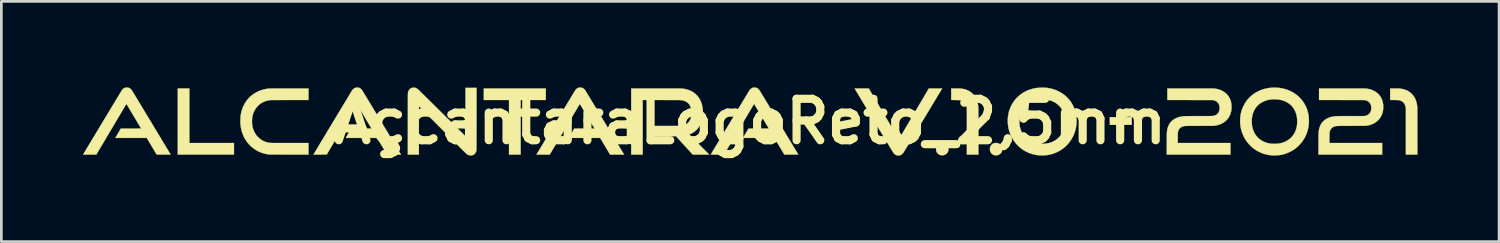
<source format=kicad_pcb>
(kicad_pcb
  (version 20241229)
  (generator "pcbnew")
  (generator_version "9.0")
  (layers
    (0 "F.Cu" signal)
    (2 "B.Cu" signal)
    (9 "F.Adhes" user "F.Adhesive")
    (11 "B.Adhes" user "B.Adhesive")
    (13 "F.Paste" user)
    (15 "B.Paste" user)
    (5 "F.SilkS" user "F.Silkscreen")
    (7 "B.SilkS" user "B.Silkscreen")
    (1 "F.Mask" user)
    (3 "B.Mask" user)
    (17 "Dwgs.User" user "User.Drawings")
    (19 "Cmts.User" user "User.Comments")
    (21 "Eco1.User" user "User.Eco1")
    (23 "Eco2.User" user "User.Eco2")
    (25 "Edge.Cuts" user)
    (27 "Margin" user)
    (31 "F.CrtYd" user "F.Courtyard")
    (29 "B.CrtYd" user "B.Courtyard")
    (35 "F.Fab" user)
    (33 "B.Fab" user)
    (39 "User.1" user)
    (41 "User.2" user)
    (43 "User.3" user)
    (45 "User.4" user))
  (footprint "AçcantaraLogoReto_2,5mm"
    (layer "F.Cu")
    (at 24.542 1.418)
    (property "Reference" "AçcantaraLogoReto_2,5mm" (at 0 0 0) (layer "F.SilkS") (effects (font (size 1.524 1.524) (thickness 0.3))))
    (attr through_hole)
    (fp_poly (pts (xy -20.627 0.792) (xy -18.986 0.792) (xy -18.986 1.217) (xy -21.054 1.217) (xy -21.054 -1.215) (xy -20.627 -1.215) (xy -20.627 0.792)) (stroke (width 0.01) (type solid)) (fill yes) (layer "F.SilkS"))
    (fp_poly (pts (xy -7.518 -0.79) (xy -8.443 -0.79) (xy -8.443 1.217) (xy -8.871 1.217) (xy -8.871 -0.79) (xy -9.334 -0.79) (xy -9.797 -0.791) (xy -9.798 -1.003) (xy -9.798 -1.215) (xy -7.518 -1.215) (xy -7.518 -0.79)) (stroke (width 0.01) (type solid)) (fill yes) (layer "F.SilkS"))
    (fp_poly (pts (xy 14.032 0.124) (xy 13.631 0.124) (xy 13.59 0.124) (xy 13.55 0.124) (xy 13.512 0.124) (xy 13.475 0.124) (xy 13.44 0.124) (xy 13.407 0.124) (xy 13.376 0.124) (xy 13.347 0.124) (xy 13.321 0.124) (xy 13.298 0.124) (xy 13.278 0.124) (xy 13.261 0.124) (xy 13.247 0.124) (xy 13.237 0.124) (xy 13.231 0.124) (xy 13.228 0.123) (xy 13.228 0.121) (xy 13.228 0.115) (xy 13.228 0.105) (xy 13.228 0.092) (xy 13.227 0.077) (xy 13.227 0.058) (xy 13.227 0.038) (xy 13.227 0.016) (xy 13.227 -0.008) (xy 13.227 -0.019) (xy 13.227 -0.161) (xy 14.034 -0.161) (xy 14.032 0.124)) (stroke (width 0.01) (type solid)) (fill yes) (layer "F.SilkS"))
    (fp_poly (pts (xy 9.074 0.791) (xy 9.101 0.796) (xy 9.127 0.804) (xy 9.13 0.805) (xy 9.155 0.817) (xy 9.178 0.832) (xy 9.2 0.85) (xy 9.22 0.87) (xy 9.237 0.892) (xy 9.25 0.915) (xy 9.261 0.943) (xy 9.268 0.971) (xy 9.272 1.001) (xy 9.272 1.031) (xy 9.268 1.06) (xy 9.261 1.089) (xy 9.251 1.115) (xy 9.24 1.135) (xy 9.229 1.152) (xy 9.215 1.168) (xy 9.207 1.177) (xy 9.184 1.198) (xy 9.158 1.215) (xy 9.131 1.228) (xy 9.103 1.237) (xy 9.072 1.243) (xy 9.04 1.244) (xy 9.038 1.244) (xy 9.026 1.244) (xy 9.014 1.243) (xy 9.003 1.242) (xy 8.998 1.241) (xy 8.969 1.234) (xy 8.942 1.224) (xy 8.916 1.21) (xy 8.893 1.192) (xy 8.872 1.172) (xy 8.854 1.149) (xy 8.839 1.123) (xy 8.827 1.096) (xy 8.821 1.071) (xy 8.817 1.043) (xy 8.816 1.015) (xy 8.817 0.987) (xy 8.821 0.96) (xy 8.828 0.935) (xy 8.831 0.928) (xy 8.844 0.901) (xy 8.86 0.876) (xy 8.879 0.854) (xy 8.901 0.835) (xy 8.925 0.818) (xy 8.951 0.805) (xy 8.963 0.801) (xy 8.988 0.794) (xy 9.016 0.79) (xy 9.045 0.789) (xy 9.074 0.791)) (stroke (width 0.01) (type solid)) (fill yes) (layer "F.SilkS"))
    (fp_poly (pts (xy 7.089 0.79) (xy 7.101 0.792) (xy 7.131 0.798) (xy 7.159 0.809) (xy 7.186 0.823) (xy 7.21 0.84) (xy 7.231 0.86) (xy 7.25 0.882) (xy 7.266 0.907) (xy 7.278 0.934) (xy 7.287 0.963) (xy 7.289 0.972) (xy 7.291 0.986) (xy 7.292 1.002) (xy 7.292 1.019) (xy 7.291 1.037) (xy 7.29 1.053) (xy 7.289 1.061) (xy 7.282 1.089) (xy 7.271 1.116) (xy 7.257 1.141) (xy 7.239 1.164) (xy 7.219 1.185) (xy 7.196 1.203) (xy 7.171 1.219) (xy 7.144 1.231) (xy 7.142 1.231) (xy 7.119 1.238) (xy 7.094 1.242) (xy 7.067 1.244) (xy 7.041 1.244) (xy 7.027 1.243) (xy 7.017 1.241) (xy 7.004 1.238) (xy 6.991 1.235) (xy 6.977 1.23) (xy 6.968 1.227) (xy 6.945 1.215) (xy 6.923 1.2) (xy 6.902 1.181) (xy 6.883 1.161) (xy 6.868 1.139) (xy 6.855 1.115) (xy 6.854 1.112) (xy 6.844 1.083) (xy 6.838 1.053) (xy 6.835 1.022) (xy 6.837 0.992) (xy 6.841 0.962) (xy 6.85 0.933) (xy 6.859 0.911) (xy 6.874 0.886) (xy 6.892 0.862) (xy 6.913 0.841) (xy 6.937 0.824) (xy 6.963 0.809) (xy 6.99 0.798) (xy 6.999 0.796) (xy 7.01 0.794) (xy 7.024 0.792) (xy 7.04 0.79) (xy 7.057 0.79) (xy 7.074 0.79) (xy 7.089 0.79)) (stroke (width 0.01) (type solid)) (fill yes) (layer "F.SilkS"))
    (fp_poly (pts (xy 23.687 -1.215) (xy 23.72 -1.215) (xy 23.75 -1.215) (xy 23.775 -1.215) (xy 23.798 -1.214) (xy 23.818 -1.214) (xy 23.836 -1.214) (xy 23.852 -1.213) (xy 23.866 -1.212) (xy 23.88 -1.211) (xy 23.892 -1.21) (xy 23.904 -1.209) (xy 23.916 -1.207) (xy 23.929 -1.206) (xy 23.931 -1.205) (xy 23.988 -1.195) (xy 24.042 -1.182) (xy 24.094 -1.165) (xy 24.143 -1.146) (xy 24.189 -1.123) (xy 24.233 -1.097) (xy 24.274 -1.068) (xy 24.312 -1.035) (xy 24.347 -0.999) (xy 24.38 -0.96) (xy 24.387 -0.951) (xy 24.414 -0.913) (xy 24.438 -0.874) (xy 24.459 -0.832) (xy 24.478 -0.788) (xy 24.494 -0.741) (xy 24.508 -0.692) (xy 24.519 -0.639) (xy 24.529 -0.583) (xy 24.534 -0.545) (xy 24.534 -0.542) (xy 24.534 -0.539) (xy 24.535 -0.536) (xy 24.535 -0.532) (xy 24.535 -0.527) (xy 24.535 -0.521) (xy 24.535 -0.515) (xy 24.536 -0.507) (xy 24.536 -0.499) (xy 24.536 -0.489) (xy 24.536 -0.478) (xy 24.536 -0.465) (xy 24.536 -0.45) (xy 24.537 -0.434) (xy 24.537 -0.416) (xy 24.537 -0.396) (xy 24.537 -0.373) (xy 24.537 -0.349) (xy 24.537 -0.322) (xy 24.537 -0.292) (xy 24.537 -0.26) (xy 24.537 -0.225) (xy 24.537 -0.187) (xy 24.537 -0.146) (xy 24.538 -0.102) (xy 24.538 -0.054) (xy 24.538 -0.003) (xy 24.538 0.051) (xy 24.538 0.109) (xy 24.538 0.171) (xy 24.538 0.237) (xy 24.538 0.306) (xy 24.538 0.352) (xy 24.539 1.217) (xy 24.115 1.217) (xy 24.115 0.368) (xy 24.114 -0.482) (xy 24.109 -0.509) (xy 24.105 -0.53) (xy 24.1 -0.551) (xy 24.095 -0.571) (xy 24.089 -0.59) (xy 24.086 -0.6) (xy 24.07 -0.633) (xy 24.052 -0.663) (xy 24.031 -0.69) (xy 24.007 -0.714) (xy 23.981 -0.735) (xy 23.952 -0.752) (xy 23.92 -0.766) (xy 23.886 -0.777) (xy 23.867 -0.781) (xy 23.858 -0.783) (xy 23.849 -0.784) (xy 23.84 -0.785) (xy 23.83 -0.786) (xy 23.82 -0.787) (xy 23.808 -0.788) (xy 23.795 -0.788) (xy 23.779 -0.789) (xy 23.762 -0.789) (xy 23.741 -0.789) (xy 23.717 -0.789) (xy 23.689 -0.79) (xy 23.669 -0.79) (xy 23.537 -0.79) (xy 23.537 -1.215) (xy 23.687 -1.215)) (stroke (width 0.01) (type solid)) (fill yes) (layer "F.SilkS"))
    (fp_poly (pts (xy 7.541 -1.215) (xy 7.574 -1.215) (xy 7.603 -1.215) (xy 7.628 -1.215) (xy 7.651 -1.214) (xy 7.671 -1.214) (xy 7.688 -1.214) (xy 7.704 -1.213) (xy 7.718 -1.212) (xy 7.731 -1.211) (xy 7.744 -1.21) (xy 7.756 -1.209) (xy 7.768 -1.208) (xy 7.781 -1.206) (xy 7.785 -1.205) (xy 7.842 -1.196) (xy 7.896 -1.182) (xy 7.947 -1.166) (xy 7.996 -1.146) (xy 8.043 -1.123) (xy 8.087 -1.097) (xy 8.128 -1.067) (xy 8.166 -1.035) (xy 8.202 -0.999) (xy 8.235 -0.96) (xy 8.265 -0.918) (xy 8.292 -0.873) (xy 8.31 -0.838) (xy 8.331 -0.79) (xy 8.349 -0.738) (xy 8.364 -0.684) (xy 8.376 -0.627) (xy 8.385 -0.567) (xy 8.39 -0.508) (xy 8.391 -0.502) (xy 8.391 -0.493) (xy 8.391 -0.479) (xy 8.391 -0.461) (xy 8.391 -0.439) (xy 8.392 -0.413) (xy 8.392 -0.382) (xy 8.392 -0.347) (xy 8.392 -0.308) (xy 8.392 -0.265) (xy 8.392 -0.218) (xy 8.392 -0.166) (xy 8.392 -0.11) (xy 8.392 -0.051) (xy 8.392 0.014) (xy 8.393 0.082) (xy 8.393 0.154) (xy 8.393 0.231) (xy 8.393 0.312) (xy 8.393 0.37) (xy 8.393 1.217) (xy 7.969 1.217) (xy 7.969 0.384) (xy 7.969 0.301) (xy 7.969 0.224) (xy 7.969 0.15) (xy 7.969 0.08) (xy 7.969 0.015) (xy 7.969 -0.046) (xy 7.969 -0.103) (xy 7.969 -0.156) (xy 7.969 -0.205) (xy 7.969 -0.25) (xy 7.969 -0.29) (xy 7.968 -0.327) (xy 7.968 -0.359) (xy 7.968 -0.388) (xy 7.968 -0.412) (xy 7.968 -0.433) (xy 7.968 -0.449) (xy 7.967 -0.461) (xy 7.967 -0.47) (xy 7.967 -0.474) (xy 7.962 -0.517) (xy 7.953 -0.556) (xy 7.942 -0.593) (xy 7.928 -0.626) (xy 7.911 -0.657) (xy 7.891 -0.684) (xy 7.869 -0.709) (xy 7.843 -0.73) (xy 7.815 -0.748) (xy 7.784 -0.762) (xy 7.751 -0.774) (xy 7.722 -0.781) (xy 7.712 -0.783) (xy 7.702 -0.784) (xy 7.695 -0.786) (xy 7.692 -0.786) (xy 7.689 -0.787) (xy 7.681 -0.787) (xy 7.671 -0.787) (xy 7.657 -0.788) (xy 7.64 -0.788) (xy 7.621 -0.788) (xy 7.6 -0.789) (xy 7.577 -0.789) (xy 7.553 -0.789) (xy 7.539 -0.789) (xy 7.392 -0.791) (xy 7.392 -1.003) (xy 7.391 -1.215) (xy 7.541 -1.215)) (stroke (width 0.01) (type solid)) (fill yes) (layer "F.SilkS"))
    (fp_poly (pts (xy -12.339 -1.243) (xy -12.31 -1.236) (xy -12.282 -1.225) (xy -12.254 -1.21) (xy -12.227 -1.19) (xy -12.222 -1.186) (xy -12.219 -1.183) (xy -12.213 -1.178) (xy -12.205 -1.17) (xy -12.194 -1.159) (xy -12.18 -1.145) (xy -12.163 -1.129) (xy -12.145 -1.111) (xy -12.123 -1.09) (xy -12.1 -1.066) (xy -12.074 -1.041) (xy -12.046 -1.013) (xy -12.016 -0.984) (xy -11.984 -0.952) (xy -11.95 -0.919) (xy -11.914 -0.884) (xy -11.877 -0.847) (xy -11.838 -0.808) (xy -11.797 -0.768) (xy -11.755 -0.727) (xy -11.712 -0.684) (xy -11.667 -0.64) (xy -11.621 -0.594) (xy -11.574 -0.548) (xy -11.526 -0.5) (xy -11.477 -0.452) (xy -11.428 -0.403) (xy -11.377 -0.353) (xy -11.337 -0.313) (xy -10.472 0.543) (xy -10.472 -0.347) (xy -10.471 -1.236) (xy -10.065 -1.236) (xy -10.065 -0.096) (xy -10.065 -0.013) (xy -10.065 0.066) (xy -10.065 0.141) (xy -10.065 0.212) (xy -10.065 0.28) (xy -10.066 0.343) (xy -10.066 0.403) (xy -10.066 0.46) (xy -10.066 0.513) (xy -10.066 0.563) (xy -10.066 0.609) (xy -10.066 0.653) (xy -10.066 0.693) (xy -10.066 0.731) (xy -10.066 0.766) (xy -10.066 0.799) (xy -10.066 0.829) (xy -10.066 0.856) (xy -10.066 0.881) (xy -10.066 0.904) (xy -10.066 0.925) (xy -10.067 0.944) (xy -10.067 0.961) (xy -10.067 0.976) (xy -10.067 0.99) (xy -10.067 1.002) (xy -10.067 1.013) (xy -10.067 1.022) (xy -10.068 1.03) (xy -10.068 1.037) (xy -10.068 1.042) (xy -10.068 1.047) (xy -10.068 1.051) (xy -10.069 1.055) (xy -10.069 1.057) (xy -10.069 1.06) (xy -10.069 1.061) (xy -10.07 1.063) (xy -10.07 1.064) (xy -10.072 1.074) (xy -10.075 1.087) (xy -10.079 1.099) (xy -10.081 1.105) (xy -10.092 1.133) (xy -10.107 1.159) (xy -10.124 1.181) (xy -10.144 1.201) (xy -10.166 1.218) (xy -10.191 1.231) (xy -10.217 1.24) (xy -10.23 1.244) (xy -10.243 1.246) (xy -10.258 1.247) (xy -10.273 1.248) (xy -10.289 1.248) (xy -10.302 1.247) (xy -10.305 1.247) (xy -10.336 1.24) (xy -10.366 1.23) (xy -10.396 1.216) (xy -10.424 1.198) (xy -10.438 1.187) (xy -10.441 1.185) (xy -10.446 1.179) (xy -10.454 1.171) (xy -10.465 1.161) (xy -10.479 1.147) (xy -10.495 1.131) (xy -10.514 1.113) (xy -10.535 1.092) (xy -10.558 1.069) (xy -10.584 1.043) (xy -10.611 1.016) (xy -10.641 0.986) (xy -10.673 0.954) (xy -10.706 0.921) (xy -10.742 0.885) (xy -10.779 0.848) (xy -10.817 0.81) (xy -10.858 0.769) (xy -10.899 0.728) (xy -10.942 0.685) (xy -10.987 0.64) (xy -11.032 0.595) (xy -11.079 0.548) (xy -11.126 0.5) (xy -11.175 0.452) (xy -11.224 0.402) (xy -11.275 0.352) (xy -11.32 0.306) (xy -12.185 -0.561) (xy -12.185 0.328) (xy -12.186 1.217) (xy -12.592 1.217) (xy -12.591 0.088) (xy -12.591 0.005) (xy -12.591 -0.073) (xy -12.591 -0.148) (xy -12.591 -0.219) (xy -12.591 -0.286) (xy -12.591 -0.349) (xy -12.591 -0.409) (xy -12.591 -0.465) (xy -12.591 -0.518) (xy -12.591 -0.568) (xy -12.591 -0.614) (xy -12.591 -0.658) (xy -12.591 -0.698) (xy -12.591 -0.736) (xy -12.591 -0.77) (xy -12.591 -0.803) (xy -12.59 -0.832) (xy -12.59 -0.859) (xy -12.59 -0.884) (xy -12.59 -0.907) (xy -12.59 -0.928) (xy -12.59 -0.946) (xy -12.59 -0.963) (xy -12.59 -0.978) (xy -12.59 -0.991) (xy -12.589 -1.003) (xy -12.589 -1.013) (xy -12.589 -1.022) (xy -12.589 -1.029) (xy -12.589 -1.036) (xy -12.589 -1.041) (xy -12.588 -1.045) (xy -12.588 -1.049) (xy -12.588 -1.052) (xy -12.588 -1.054) (xy -12.587 -1.056) (xy -12.587 -1.057) (xy -12.58 -1.087) (xy -12.571 -1.114) (xy -12.56 -1.137) (xy -12.547 -1.158) (xy -12.532 -1.178) (xy -12.527 -1.183) (xy -12.508 -1.202) (xy -12.486 -1.217) (xy -12.463 -1.229) (xy -12.438 -1.238) (xy -12.41 -1.243) (xy -12.399 -1.245) (xy -12.369 -1.246) (xy -12.339 -1.243)) (stroke (width 0.01) (type solid)) (fill yes) (layer "F.SilkS"))
    (fp_poly (pts (xy -3.453 -1.214) (xy -3.378 -1.214) (xy -3.306 -1.214) (xy -3.239 -1.214) (xy -3.176 -1.214) (xy -3.117 -1.214) (xy -3.061 -1.214) (xy -3.008 -1.214) (xy -2.959 -1.214) (xy -2.913 -1.214) (xy -2.871 -1.214) (xy -2.831 -1.214) (xy -2.794 -1.214) (xy -2.76 -1.214) (xy -2.729 -1.214) (xy -2.7 -1.214) (xy -2.673 -1.213) (xy -2.649 -1.213) (xy -2.626 -1.213) (xy -2.606 -1.213) (xy -2.588 -1.213) (xy -2.571 -1.212) (xy -2.557 -1.212) (xy -2.543 -1.212) (xy -2.531 -1.211) (xy -2.52 -1.211) (xy -2.511 -1.211) (xy -2.502 -1.21) (xy -2.495 -1.21) (xy -2.488 -1.209) (xy -2.481 -1.208) (xy -2.476 -1.208) (xy -2.47 -1.207) (xy -2.465 -1.206) (xy -2.46 -1.206) (xy -2.455 -1.205) (xy -2.45 -1.204) (xy -2.445 -1.203) (xy -2.44 -1.202) (xy -2.434 -1.201) (xy -2.428 -1.2) (xy -2.368 -1.188) (xy -2.31 -1.173) (xy -2.254 -1.154) (xy -2.201 -1.132) (xy -2.15 -1.107) (xy -2.102 -1.079) (xy -2.056 -1.047) (xy -2.014 -1.012) (xy -1.974 -0.975) (xy -1.936 -0.934) (xy -1.902 -0.89) (xy -1.871 -0.844) (xy -1.859 -0.823) (xy -1.832 -0.772) (xy -1.809 -0.719) (xy -1.789 -0.663) (xy -1.772 -0.605) (xy -1.759 -0.544) (xy -1.749 -0.481) (xy -1.743 -0.416) (xy -1.74 -0.349) (xy -1.741 -0.302) (xy -1.743 -0.238) (xy -1.749 -0.176) (xy -1.758 -0.118) (xy -1.769 -0.062) (xy -1.784 -0.009) (xy -1.802 0.042) (xy -1.823 0.091) (xy -1.847 0.139) (xy -1.875 0.185) (xy -1.906 0.229) (xy -1.915 0.241) (xy -1.924 0.253) (xy -1.936 0.266) (xy -1.949 0.281) (xy -1.964 0.296) (xy -1.98 0.312) (xy -1.995 0.327) (xy -2.01 0.34) (xy -2.023 0.352) (xy -2.034 0.361) (xy -2.075 0.391) (xy -2.116 0.417) (xy -2.158 0.44) (xy -2.202 0.461) (xy -2.207 0.464) (xy -2.218 0.468) (xy -2.227 0.473) (xy -2.234 0.476) (xy -2.239 0.479) (xy -2.239 0.48) (xy -2.239 0.48) (xy -2.237 0.482) (xy -2.234 0.486) (xy -2.23 0.49) (xy -2.224 0.496) (xy -2.216 0.504) (xy -2.208 0.513) (xy -2.197 0.523) (xy -2.185 0.536) (xy -2.171 0.55) (xy -2.155 0.566) (xy -2.137 0.584) (xy -2.118 0.604) (xy -2.096 0.626) (xy -2.072 0.65) (xy -2.046 0.676) (xy -2.018 0.704) (xy -1.987 0.735) (xy -1.954 0.768) (xy -1.919 0.804) (xy -1.881 0.842) (xy -1.84 0.883) (xy -1.797 0.927) (xy -1.751 0.973) (xy -1.702 1.022) (xy -1.65 1.074) (xy -1.628 1.097) (xy -1.509 1.217) (xy -2.114 1.217) (xy -2.422 0.879) (xy -2.731 0.542) (xy -3.643 0.542) (xy -3.643 0.165) (xy -2.552 0.164) (xy -2.522 0.159) (xy -2.478 0.15) (xy -2.437 0.139) (xy -2.398 0.124) (xy -2.363 0.107) (xy -2.331 0.087) (xy -2.302 0.064) (xy -2.275 0.038) (xy -2.252 0.009) (xy -2.23 -0.023) (xy -2.213 -0.055) (xy -2.199 -0.087) (xy -2.188 -0.119) (xy -2.178 -0.154) (xy -2.171 -0.19) (xy -2.165 -0.23) (xy -2.163 -0.254) (xy -2.162 -0.267) (xy -2.162 -0.284) (xy -2.161 -0.303) (xy -2.162 -0.323) (xy -2.162 -0.344) (xy -2.162 -0.364) (xy -2.163 -0.383) (xy -2.164 -0.4) (xy -2.166 -0.414) (xy -2.166 -0.421) (xy -2.174 -0.465) (xy -2.184 -0.505) (xy -2.197 -0.543) (xy -2.212 -0.577) (xy -2.229 -0.609) (xy -2.234 -0.616) (xy -2.256 -0.646) (xy -2.282 -0.674) (xy -2.311 -0.698) (xy -2.343 -0.72) (xy -2.377 -0.739) (xy -2.415 -0.755) (xy -2.455 -0.768) (xy -2.498 -0.778) (xy -2.543 -0.785) (xy -2.566 -0.787) (xy -2.571 -0.788) (xy -2.581 -0.788) (xy -2.594 -0.788) (xy -2.612 -0.788) (xy -2.634 -0.788) (xy -2.66 -0.789) (xy -2.69 -0.789) (xy -2.724 -0.789) (xy -2.762 -0.789) (xy -2.804 -0.789) (xy -2.85 -0.789) (xy -2.9 -0.789) (xy -2.954 -0.789) (xy -3.012 -0.789) (xy -3.074 -0.789) (xy -3.14 -0.789) (xy -3.209 -0.79) (xy -3.274 -0.79) (xy -3.954 -0.79) (xy -3.954 1.217) (xy -4.377 1.217) (xy -4.377 -1.215) (xy -3.453 -1.214)) (stroke (width 0.01) (type solid)) (fill yes) (layer "F.SilkS"))
    (fp_poly (pts (xy 7.04 -1.181) (xy 7.021 -1.149) (xy 7.001 -1.115) (xy 6.979 -1.079) (xy 6.956 -1.041) (xy 6.932 -1) (xy 6.906 -0.958) (xy 6.879 -0.914) (xy 6.852 -0.868) (xy 6.823 -0.82) (xy 6.793 -0.771) (xy 6.763 -0.721) (xy 6.732 -0.669) (xy 6.7 -0.616) (xy 6.667 -0.562) (xy 6.634 -0.507) (xy 6.601 -0.452) (xy 6.567 -0.395) (xy 6.532 -0.338) (xy 6.498 -0.281) (xy 6.463 -0.223) (xy 6.428 -0.165) (xy 6.393 -0.107) (xy 6.357 -0.049) (xy 6.322 0.009) (xy 6.287 0.067) (xy 6.253 0.124) (xy 6.218 0.181) (xy 6.184 0.238) (xy 6.15 0.294) (xy 6.117 0.349) (xy 6.084 0.403) (xy 6.052 0.456) (xy 6.021 0.508) (xy 5.99 0.559) (xy 5.961 0.608) (xy 5.932 0.656) (xy 5.904 0.702) (xy 5.877 0.747) (xy 5.851 0.79) (xy 5.826 0.83) (xy 5.803 0.869) (xy 5.781 0.906) (xy 5.76 0.94) (xy 5.74 0.972) (xy 5.723 1.001) (xy 5.706 1.028) (xy 5.692 1.052) (xy 5.679 1.074) (xy 5.668 1.092) (xy 5.659 1.107) (xy 5.651 1.119) (xy 5.646 1.128) (xy 5.643 1.133) (xy 5.642 1.135) (xy 5.621 1.163) (xy 5.599 1.188) (xy 5.576 1.208) (xy 5.551 1.225) (xy 5.526 1.237) (xy 5.499 1.246) (xy 5.494 1.247) (xy 5.481 1.249) (xy 5.466 1.25) (xy 5.45 1.251) (xy 5.434 1.251) (xy 5.42 1.25) (xy 5.412 1.249) (xy 5.4 1.246) (xy 5.386 1.242) (xy 5.372 1.238) (xy 5.36 1.233) (xy 5.345 1.225) (xy 5.328 1.213) (xy 5.311 1.2) (xy 5.295 1.184) (xy 5.279 1.168) (xy 5.266 1.15) (xy 5.263 1.146) (xy 5.261 1.143) (xy 5.257 1.137) (xy 5.251 1.127) (xy 5.243 1.114) (xy 5.233 1.097) (xy 5.221 1.078) (xy 5.207 1.055) (xy 5.192 1.03) (xy 5.175 1.001) (xy 5.156 0.97) (xy 5.135 0.937) (xy 5.113 0.9) (xy 5.09 0.862) (xy 5.065 0.82) (xy 5.039 0.777) (xy 5.012 0.731) (xy 4.983 0.684) (xy 4.953 0.634) (xy 4.922 0.583) (xy 4.89 0.53) (xy 4.857 0.475) (xy 4.823 0.418) (xy 4.788 0.36) (xy 4.752 0.301) (xy 4.715 0.24) (xy 4.678 0.179) (xy 4.64 0.116) (xy 4.602 0.052) (xy 4.563 -0.013) (xy 4.545 -0.043) (xy 3.84 -1.214) (xy 4.099 -1.214) (xy 4.139 -1.215) (xy 4.175 -1.215) (xy 4.208 -1.215) (xy 4.236 -1.215) (xy 4.261 -1.215) (xy 4.283 -1.214) (xy 4.301 -1.214) (xy 4.317 -1.214) (xy 4.33 -1.214) (xy 4.341 -1.214) (xy 4.349 -1.214) (xy 4.355 -1.213) (xy 4.359 -1.213) (xy 4.361 -1.213) (xy 4.362 -1.212) (xy 4.363 -1.21) (xy 4.366 -1.205) (xy 4.371 -1.196) (xy 4.379 -1.184) (xy 4.388 -1.168) (xy 4.399 -1.15) (xy 4.412 -1.128) (xy 4.426 -1.104) (xy 4.442 -1.076) (xy 4.46 -1.046) (xy 4.479 -1.014) (xy 4.5 -0.979) (xy 4.522 -0.942) (xy 4.545 -0.902) (xy 4.57 -0.861) (xy 4.596 -0.817) (xy 4.623 -0.771) (xy 4.651 -0.724) (xy 4.68 -0.675) (xy 4.71 -0.624) (xy 4.74 -0.572) (xy 4.772 -0.519) (xy 4.804 -0.464) (xy 4.838 -0.408) (xy 4.871 -0.351) (xy 4.905 -0.293) (xy 4.915 -0.277) (xy 4.955 -0.209) (xy 4.994 -0.142) (xy 5.032 -0.078) (xy 5.069 -0.017) (xy 5.104 0.043) (xy 5.138 0.1) (xy 5.17 0.155) (xy 5.201 0.207) (xy 5.231 0.257) (xy 5.259 0.304) (xy 5.285 0.349) (xy 5.31 0.39) (xy 5.333 0.429) (xy 5.354 0.465) (xy 5.374 0.499) (xy 5.392 0.529) (xy 5.408 0.556) (xy 5.423 0.58) (xy 5.435 0.6) (xy 5.446 0.618) (xy 5.454 0.632) (xy 5.461 0.643) (xy 5.465 0.65) (xy 5.468 0.654) (xy 5.468 0.654) (xy 5.469 0.652) (xy 5.472 0.647) (xy 5.478 0.638) (xy 5.485 0.626) (xy 5.494 0.61) (xy 5.505 0.592) (xy 5.518 0.57) (xy 5.532 0.546) (xy 5.548 0.519) (xy 5.566 0.489) (xy 5.585 0.456) (xy 5.606 0.421) (xy 5.628 0.384) (xy 5.651 0.345) (xy 5.676 0.303) (xy 5.701 0.259) (xy 5.728 0.214) (xy 5.756 0.166) (xy 5.785 0.117) (xy 5.815 0.067) (xy 5.846 0.014) (xy 5.877 -0.039) (xy 5.909 -0.094) (xy 5.942 -0.15) (xy 5.976 -0.207) (xy 6.01 -0.265) (xy 6.02 -0.281) (xy 6.569 -1.214) (xy 6.815 -1.214) (xy 7.061 -1.215) (xy 7.04 -1.181)) (stroke (width 0.01) (type solid)) (fill yes) (layer "F.SilkS"))
    (fp_poly (pts (xy -22.896 -1.247) (xy -22.868 -1.242) (xy -22.843 -1.233) (xy -22.819 -1.221) (xy -22.814 -1.218) (xy -22.804 -1.21) (xy -22.792 -1.2) (xy -22.779 -1.187) (xy -22.766 -1.174) (xy -22.754 -1.16) (xy -22.743 -1.146) (xy -22.737 -1.137) (xy -22.735 -1.133) (xy -22.731 -1.127) (xy -22.724 -1.116) (xy -22.716 -1.102) (xy -22.705 -1.085) (xy -22.693 -1.065) (xy -22.679 -1.041) (xy -22.662 -1.014) (xy -22.644 -0.984) (xy -22.624 -0.951) (xy -22.602 -0.915) (xy -22.579 -0.876) (xy -22.553 -0.834) (xy -22.526 -0.79) (xy -22.498 -0.742) (xy -22.468 -0.692) (xy -22.436 -0.64) (xy -22.402 -0.584) (xy -22.367 -0.527) (xy -22.331 -0.467) (xy -22.293 -0.404) (xy -22.254 -0.339) (xy -22.214 -0.272) (xy -22.172 -0.203) (xy -22.129 -0.131) (xy -22.084 -0.058) (xy -22.039 0.017) (xy -21.992 0.095) (xy -21.944 0.174) (xy -21.896 0.255) (xy -21.846 0.338) (xy -21.795 0.422) (xy -21.743 0.508) (xy -21.69 0.595) (xy -21.636 0.684) (xy -21.582 0.775) (xy -21.526 0.867) (xy -21.47 0.96) (xy -21.413 1.054) (xy -21.382 1.105) (xy -21.315 1.217) (xy -21.573 1.217) (xy -21.83 1.216) (xy -22.012 0.911) (xy -22.194 0.606) (xy -22.772 0.605) (xy -23.349 0.604) (xy -23.249 0.433) (xy -23.149 0.261) (xy -22.774 0.261) (xy -22.735 0.261) (xy -22.697 0.261) (xy -22.66 0.261) (xy -22.624 0.261) (xy -22.591 0.26) (xy -22.559 0.26) (xy -22.53 0.26) (xy -22.503 0.26) (xy -22.479 0.26) (xy -22.458 0.26) (xy -22.439 0.259) (xy -22.425 0.259) (xy -22.413 0.259) (xy -22.405 0.259) (xy -22.401 0.259) (xy -22.401 0.259) (xy -22.402 0.256) (xy -22.405 0.251) (xy -22.411 0.242) (xy -22.418 0.23) (xy -22.426 0.215) (xy -22.437 0.198) (xy -22.449 0.178) (xy -22.462 0.156) (xy -22.476 0.132) (xy -22.492 0.105) (xy -22.509 0.078) (xy -22.526 0.048) (xy -22.545 0.017) (xy -22.564 -0.015) (xy -22.584 -0.048) (xy -22.604 -0.082) (xy -22.624 -0.116) (xy -22.645 -0.151) (xy -22.666 -0.186) (xy -22.687 -0.221) (xy -22.708 -0.256) (xy -22.729 -0.291) (xy -22.749 -0.325) (xy -22.769 -0.358) (xy -22.789 -0.391) (xy -22.807 -0.422) (xy -22.825 -0.453) (xy -22.843 -0.481) (xy -22.859 -0.508) (xy -22.874 -0.534) (xy -22.888 -0.557) (xy -22.901 -0.578) (xy -22.912 -0.597) (xy -22.921 -0.613) (xy -22.929 -0.626) (xy -22.936 -0.636) (xy -22.94 -0.643) (xy -22.942 -0.647) (xy -22.943 -0.648) (xy -22.944 -0.646) (xy -22.947 -0.64) (xy -22.952 -0.632) (xy -22.959 -0.62) (xy -22.969 -0.604) (xy -22.979 -0.586) (xy -22.992 -0.564) (xy -23.007 -0.54) (xy -23.023 -0.513) (xy -23.04 -0.483) (xy -23.06 -0.451) (xy -23.08 -0.416) (xy -23.102 -0.379) (xy -23.126 -0.34) (xy -23.15 -0.298) (xy -23.176 -0.255) (xy -23.203 -0.209) (xy -23.231 -0.162) (xy -23.26 -0.113) (xy -23.29 -0.063) (xy -23.321 -0.011) (xy -23.353 0.043) (xy -23.385 0.097) (xy -23.418 0.153) (xy -23.452 0.21) (xy -23.486 0.268) (xy -23.496 0.285) (xy -24.049 1.217) (xy -24.537 1.217) (xy -24.533 1.21) (xy -24.531 1.208) (xy -24.528 1.202) (xy -24.522 1.193) (xy -24.515 1.181) (xy -24.505 1.165) (xy -24.494 1.146) (xy -24.481 1.124) (xy -24.466 1.099) (xy -24.449 1.072) (xy -24.431 1.041) (xy -24.411 1.008) (xy -24.389 0.972) (xy -24.366 0.934) (xy -24.342 0.893) (xy -24.316 0.851) (xy -24.289 0.806) (xy -24.261 0.758) (xy -24.231 0.709) (xy -24.2 0.658) (xy -24.169 0.606) (xy -24.136 0.551) (xy -24.102 0.495) (xy -24.067 0.437) (xy -24.032 0.378) (xy -23.995 0.318) (xy -23.958 0.257) (xy -23.921 0.194) (xy -23.882 0.13) (xy -23.843 0.066) (xy -23.824 0.034) (xy -23.785 -0.031) (xy -23.746 -0.095) (xy -23.708 -0.159) (xy -23.671 -0.221) (xy -23.634 -0.282) (xy -23.598 -0.342) (xy -23.563 -0.4) (xy -23.528 -0.458) (xy -23.495 -0.513) (xy -23.462 -0.567) (xy -23.431 -0.619) (xy -23.4 -0.669) (xy -23.371 -0.718) (xy -23.343 -0.764) (xy -23.316 -0.808) (xy -23.291 -0.851) (xy -23.267 -0.89) (xy -23.244 -0.928) (xy -23.223 -0.962) (xy -23.204 -0.995) (xy -23.186 -1.024) (xy -23.17 -1.051) (xy -23.155 -1.074) (xy -23.143 -1.095) (xy -23.132 -1.113) (xy -23.123 -1.127) (xy -23.116 -1.139) (xy -23.111 -1.146) (xy -23.109 -1.151) (xy -23.108 -1.151) (xy -23.095 -1.167) (xy -23.08 -1.183) (xy -23.065 -1.198) (xy -23.049 -1.21) (xy -23.041 -1.216) (xy -23.018 -1.229) (xy -22.994 -1.239) (xy -22.968 -1.245) (xy -22.94 -1.248) (xy -22.926 -1.249) (xy -22.896 -1.247)) (stroke (width 0.01) (type solid)) (fill yes) (layer "F.SilkS"))
    (fp_poly (pts (xy -16.245 -0.79) (xy -16.924 -0.79) (xy -17 -0.79) (xy -17.071 -0.789) (xy -17.137 -0.789) (xy -17.2 -0.789) (xy -17.258 -0.789) (xy -17.312 -0.789) (xy -17.362 -0.789) (xy -17.408 -0.789) (xy -17.449 -0.789) (xy -17.487 -0.789) (xy -17.52 -0.789) (xy -17.549 -0.788) (xy -17.573 -0.788) (xy -17.593 -0.788) (xy -17.61 -0.788) (xy -17.622 -0.788) (xy -17.629 -0.787) (xy -17.632 -0.787) (xy -17.688 -0.781) (xy -17.741 -0.772) (xy -17.793 -0.759) (xy -17.843 -0.742) (xy -17.893 -0.721) (xy -17.913 -0.712) (xy -17.962 -0.686) (xy -18.007 -0.656) (xy -18.051 -0.624) (xy -18.091 -0.588) (xy -18.129 -0.549) (xy -18.163 -0.508) (xy -18.195 -0.463) (xy -18.223 -0.416) (xy -18.249 -0.367) (xy -18.271 -0.315) (xy -18.282 -0.283) (xy -18.296 -0.237) (xy -18.307 -0.191) (xy -18.315 -0.144) (xy -18.32 -0.094) (xy -18.323 -0.043) (xy -18.324 -0.005) (xy -18.323 0.05) (xy -18.319 0.102) (xy -18.312 0.151) (xy -18.303 0.199) (xy -18.291 0.246) (xy -18.275 0.293) (xy -18.265 0.32) (xy -18.243 0.372) (xy -18.218 0.42) (xy -18.19 0.466) (xy -18.159 0.509) (xy -18.125 0.55) (xy -18.092 0.584) (xy -18.051 0.621) (xy -18.007 0.655) (xy -17.962 0.685) (xy -17.914 0.712) (xy -17.864 0.734) (xy -17.813 0.753) (xy -17.759 0.769) (xy -17.705 0.78) (xy -17.648 0.788) (xy -17.63 0.789) (xy -17.625 0.79) (xy -17.615 0.79) (xy -17.602 0.79) (xy -17.584 0.79) (xy -17.562 0.79) (xy -17.536 0.791) (xy -17.506 0.791) (xy -17.472 0.791) (xy -17.435 0.791) (xy -17.393 0.791) (xy -17.347 0.791) (xy -17.298 0.791) (xy -17.245 0.791) (xy -17.188 0.792) (xy -17.127 0.792) (xy -17.062 0.792) (xy -16.994 0.792) (xy -16.923 0.792) (xy -16.245 0.792) (xy -16.245 1.217) (xy -16.943 1.217) (xy -16.998 1.217) (xy -17.051 1.217) (xy -17.103 1.217) (xy -17.153 1.217) (xy -17.202 1.217) (xy -17.249 1.217) (xy -17.295 1.216) (xy -17.338 1.216) (xy -17.38 1.216) (xy -17.419 1.216) (xy -17.455 1.216) (xy -17.489 1.216) (xy -17.52 1.216) (xy -17.548 1.216) (xy -17.573 1.216) (xy -17.595 1.216) (xy -17.613 1.216) (xy -17.628 1.216) (xy -17.639 1.216) (xy -17.646 1.216) (xy -17.649 1.216) (xy -17.649 1.216) (xy -17.654 1.215) (xy -17.662 1.215) (xy -17.672 1.214) (xy -17.683 1.213) (xy -17.684 1.213) (xy -17.751 1.205) (xy -17.817 1.193) (xy -17.883 1.178) (xy -17.947 1.158) (xy -18.01 1.135) (xy -18.072 1.108) (xy -18.132 1.077) (xy -18.19 1.043) (xy -18.246 1.006) (xy -18.3 0.965) (xy -18.352 0.922) (xy -18.401 0.875) (xy -18.447 0.826) (xy -18.491 0.774) (xy -18.531 0.719) (xy -18.535 0.712) (xy -18.565 0.666) (xy -18.592 0.62) (xy -18.617 0.574) (xy -18.631 0.543) (xy -18.655 0.488) (xy -18.676 0.433) (xy -18.695 0.378) (xy -18.71 0.321) (xy -18.724 0.263) (xy -18.735 0.202) (xy -18.743 0.139) (xy -18.748 0.098) (xy -18.749 0.088) (xy -18.749 0.074) (xy -18.75 0.057) (xy -18.75 0.038) (xy -18.75 0.017) (xy -18.751 -0.005) (xy -18.751 -0.028) (xy -18.75 -0.051) (xy -18.75 -0.073) (xy -18.75 -0.094) (xy -18.749 -0.113) (xy -18.749 -0.129) (xy -18.748 -0.142) (xy -18.748 -0.149) (xy -18.74 -0.218) (xy -18.729 -0.284) (xy -18.716 -0.347) (xy -18.699 -0.409) (xy -18.68 -0.468) (xy -18.657 -0.527) (xy -18.632 -0.584) (xy -18.624 -0.599) (xy -18.592 -0.659) (xy -18.557 -0.716) (xy -18.519 -0.77) (xy -18.478 -0.822) (xy -18.434 -0.87) (xy -18.387 -0.916) (xy -18.338 -0.958) (xy -18.283 -0.999) (xy -18.225 -1.037) (xy -18.166 -1.072) (xy -18.104 -1.103) (xy -18.04 -1.13) (xy -17.974 -1.154) (xy -17.906 -1.174) (xy -17.837 -1.19) (xy -17.766 -1.202) (xy -17.766 -1.202) (xy -17.759 -1.203) (xy -17.753 -1.204) (xy -17.746 -1.205) (xy -17.741 -1.206) (xy -17.735 -1.207) (xy -17.729 -1.207) (xy -17.723 -1.208) (xy -17.717 -1.209) (xy -17.711 -1.209) (xy -17.703 -1.21) (xy -17.696 -1.21) (xy -17.687 -1.211) (xy -17.677 -1.211) (xy -17.666 -1.212) (xy -17.654 -1.212) (xy -17.64 -1.212) (xy -17.625 -1.213) (xy -17.608 -1.213) (xy -17.589 -1.213) (xy -17.568 -1.213) (xy -17.545 -1.213) (xy -17.52 -1.214) (xy -17.492 -1.214) (xy -17.462 -1.214) (xy -17.429 -1.214) (xy -17.393 -1.214) (xy -17.354 -1.214) (xy -17.311 -1.214) (xy -17.266 -1.214) (xy -17.217 -1.214) (xy -17.164 -1.214) (xy -17.108 -1.214) (xy -17.048 -1.214) (xy -16.983 -1.214) (xy -16.958 -1.214) (xy -16.245 -1.215) (xy -16.245 -0.79)) (stroke (width 0.01) (type solid)) (fill yes) (layer "F.SilkS"))
    (fp_poly (pts (xy -6.235 -1.247) (xy -6.224 -1.247) (xy -6.216 -1.247) (xy -6.209 -1.246) (xy -6.203 -1.245) (xy -6.197 -1.244) (xy -6.19 -1.242) (xy -6.164 -1.231) (xy -6.138 -1.217) (xy -6.115 -1.199) (xy -6.092 -1.177) (xy -6.07 -1.151) (xy -6.065 -1.144) (xy -6.064 -1.142) (xy -6.06 -1.136) (xy -6.055 -1.127) (xy -6.047 -1.114) (xy -6.038 -1.099) (xy -6.026 -1.08) (xy -6.013 -1.058) (xy -5.999 -1.034) (xy -5.982 -1.007) (xy -5.964 -0.977) (xy -5.945 -0.945) (xy -5.924 -0.911) (xy -5.902 -0.874) (xy -5.878 -0.835) (xy -5.854 -0.795) (xy -5.828 -0.752) (xy -5.801 -0.707) (xy -5.773 -0.661) (xy -5.745 -0.614) (xy -5.715 -0.565) (xy -5.685 -0.515) (xy -5.653 -0.463) (xy -5.622 -0.411) (xy -5.589 -0.357) (xy -5.557 -0.303) (xy -5.524 -0.248) (xy -5.49 -0.193) (xy -5.456 -0.137) (xy -5.422 -0.08) (xy -5.388 -0.024) (xy -5.354 0.033) (xy -5.319 0.09) (xy -5.285 0.146) (xy -5.251 0.203) (xy -5.217 0.259) (xy -5.184 0.314) (xy -5.151 0.369) (xy -5.118 0.423) (xy -5.086 0.477) (xy -5.054 0.529) (xy -5.023 0.581) (xy -4.993 0.631) (xy -4.963 0.68) (xy -4.934 0.728) (xy -4.906 0.774) (xy -4.88 0.818) (xy -4.854 0.861) (xy -4.829 0.902) (xy -4.806 0.941) (xy -4.783 0.977) (xy -4.763 1.012) (xy -4.743 1.044) (xy -4.725 1.074) (xy -4.709 1.101) (xy -4.694 1.126) (xy -4.681 1.147) (xy -4.67 1.166) (xy -4.66 1.182) (xy -4.653 1.195) (xy -4.647 1.204) (xy -4.644 1.21) (xy -4.642 1.212) (xy -4.64 1.217) (xy -5.154 1.217) (xy -5.336 0.911) (xy -5.519 0.605) (xy -6.096 0.605) (xy -6.154 0.605) (xy -6.209 0.605) (xy -6.26 0.605) (xy -6.307 0.605) (xy -6.35 0.605) (xy -6.39 0.605) (xy -6.426 0.605) (xy -6.46 0.605) (xy -6.49 0.605) (xy -6.517 0.605) (xy -6.541 0.605) (xy -6.563 0.605) (xy -6.582 0.605) (xy -6.599 0.605) (xy -6.614 0.605) (xy -6.626 0.604) (xy -6.637 0.604) (xy -6.646 0.604) (xy -6.653 0.604) (xy -6.659 0.604) (xy -6.664 0.603) (xy -6.667 0.603) (xy -6.669 0.603) (xy -6.67 0.603) (xy -6.671 0.602) (xy -6.671 0.602) (xy -6.67 0.6) (xy -6.666 0.594) (xy -6.661 0.585) (xy -6.655 0.574) (xy -6.646 0.559) (xy -6.637 0.543) (xy -6.626 0.524) (xy -6.614 0.504) (xy -6.601 0.481) (xy -6.587 0.458) (xy -6.573 0.434) (xy -6.571 0.43) (xy -6.473 0.261) (xy -6.099 0.26) (xy -5.724 0.259) (xy -5.995 -0.194) (xy -6.025 -0.244) (xy -6.052 -0.29) (xy -6.078 -0.333) (xy -6.101 -0.372) (xy -6.123 -0.408) (xy -6.143 -0.441) (xy -6.161 -0.471) (xy -6.177 -0.498) (xy -6.192 -0.523) (xy -6.205 -0.545) (xy -6.217 -0.564) (xy -6.228 -0.581) (xy -6.237 -0.596) (xy -6.244 -0.609) (xy -6.251 -0.619) (xy -6.256 -0.628) (xy -6.261 -0.634) (xy -6.264 -0.639) (xy -6.266 -0.643) (xy -6.268 -0.644) (xy -6.269 -0.645) (xy -6.269 -0.645) (xy -6.27 -0.643) (xy -6.273 -0.637) (xy -6.278 -0.628) (xy -6.286 -0.616) (xy -6.295 -0.601) (xy -6.306 -0.582) (xy -6.319 -0.56) (xy -6.333 -0.536) (xy -6.349 -0.509) (xy -6.367 -0.479) (xy -6.387 -0.446) (xy -6.407 -0.411) (xy -6.429 -0.374) (xy -6.453 -0.335) (xy -6.477 -0.293) (xy -6.503 -0.25) (xy -6.53 -0.204) (xy -6.558 -0.157) (xy -6.587 -0.108) (xy -6.617 -0.057) (xy -6.648 -0.005) (xy -6.68 0.048) (xy -6.713 0.103) (xy -6.746 0.159) (xy -6.779 0.216) (xy -6.814 0.274) (xy -6.822 0.288) (xy -7.373 1.217) (xy -7.861 1.217) (xy -7.152 0.04) (xy -7.107 -0.036) (xy -7.062 -0.11) (xy -7.018 -0.182) (xy -6.976 -0.252) (xy -6.935 -0.32) (xy -6.896 -0.386) (xy -6.857 -0.449) (xy -6.82 -0.51) (xy -6.785 -0.569) (xy -6.751 -0.626) (xy -6.718 -0.68) (xy -6.687 -0.731) (xy -6.658 -0.78) (xy -6.63 -0.826) (xy -6.603 -0.869) (xy -6.579 -0.91) (xy -6.556 -0.948) (xy -6.535 -0.983) (xy -6.516 -1.014) (xy -6.498 -1.043) (xy -6.483 -1.069) (xy -6.469 -1.091) (xy -6.457 -1.11) (xy -6.448 -1.126) (xy -6.44 -1.138) (xy -6.435 -1.147) (xy -6.431 -1.152) (xy -6.43 -1.154) (xy -6.42 -1.166) (xy -6.409 -1.178) (xy -6.397 -1.19) (xy -6.385 -1.201) (xy -6.373 -1.211) (xy -6.366 -1.216) (xy -6.347 -1.227) (xy -6.326 -1.236) (xy -6.307 -1.243) (xy -6.3 -1.245) (xy -6.293 -1.246) (xy -6.286 -1.247) (xy -6.278 -1.247) (xy -6.267 -1.247) (xy -6.253 -1.248) (xy -6.249 -1.248) (xy -6.235 -1.247)) (stroke (width 0.01) (type solid)) (fill yes) (layer "F.SilkS"))
    (fp_poly (pts (xy 10.808 -1.244) (xy 10.877 -1.24) (xy 10.945 -1.232) (xy 11.011 -1.22) (xy 11.038 -1.215) (xy 11.111 -1.196) (xy 11.183 -1.175) (xy 11.252 -1.149) (xy 11.318 -1.12) (xy 11.383 -1.087) (xy 11.446 -1.05) (xy 11.506 -1.01) (xy 11.565 -0.967) (xy 11.585 -0.95) (xy 11.595 -0.941) (xy 11.607 -0.93) (xy 11.621 -0.917) (xy 11.637 -0.902) (xy 11.652 -0.887) (xy 11.668 -0.871) (xy 11.683 -0.856) (xy 11.697 -0.842) (xy 11.709 -0.828) (xy 11.719 -0.817) (xy 11.724 -0.812) (xy 11.768 -0.756) (xy 11.808 -0.698) (xy 11.845 -0.638) (xy 11.878 -0.576) (xy 11.907 -0.514) (xy 11.933 -0.45) (xy 11.954 -0.384) (xy 11.955 -0.381) (xy 11.972 -0.314) (xy 11.985 -0.246) (xy 11.995 -0.177) (xy 12.001 -0.106) (xy 12.004 -0.036) (xy 12.002 0.035) (xy 11.998 0.105) (xy 11.989 0.175) (xy 11.977 0.244) (xy 11.961 0.312) (xy 11.942 0.377) (xy 11.92 0.441) (xy 11.891 0.51) (xy 11.859 0.576) (xy 11.823 0.639) (xy 11.784 0.7) (xy 11.742 0.759) (xy 11.697 0.814) (xy 11.648 0.867) (xy 11.597 0.917) (xy 11.543 0.964) (xy 11.486 1.008) (xy 11.426 1.048) (xy 11.364 1.086) (xy 11.299 1.12) (xy 11.245 1.145) (xy 11.179 1.172) (xy 11.111 1.194) (xy 11.042 1.213) (xy 10.971 1.228) (xy 10.9 1.238) (xy 10.827 1.245) (xy 10.753 1.248) (xy 10.679 1.247) (xy 10.669 1.247) (xy 10.595 1.241) (xy 10.522 1.231) (xy 10.451 1.217) (xy 10.38 1.199) (xy 10.312 1.178) (xy 10.244 1.152) (xy 10.178 1.122) (xy 10.114 1.089) (xy 10.056 1.055) (xy 9.997 1.015) (xy 9.941 0.972) (xy 9.887 0.926) (xy 9.836 0.877) (xy 9.788 0.825) (xy 9.742 0.77) (xy 9.7 0.713) (xy 9.661 0.653) (xy 9.626 0.592) (xy 9.593 0.528) (xy 9.565 0.462) (xy 9.54 0.395) (xy 9.519 0.326) (xy 9.511 0.297) (xy 9.497 0.232) (xy 9.486 0.165) (xy 9.478 0.097) (xy 9.474 0.028) (xy 9.473 0.007) (xy 9.9 0.007) (xy 9.9 0.023) (xy 9.903 0.068) (xy 9.906 0.11) (xy 9.911 0.149) (xy 9.918 0.189) (xy 9.927 0.228) (xy 9.93 0.24) (xy 9.946 0.297) (xy 9.966 0.35) (xy 9.989 0.402) (xy 10.016 0.451) (xy 10.045 0.497) (xy 10.079 0.54) (xy 10.115 0.581) (xy 10.154 0.619) (xy 10.197 0.654) (xy 10.242 0.687) (xy 10.291 0.716) (xy 10.343 0.742) (xy 10.372 0.755) (xy 10.416 0.772) (xy 10.464 0.787) (xy 10.513 0.799) (xy 10.565 0.809) (xy 10.618 0.816) (xy 10.648 0.819) (xy 10.66 0.82) (xy 10.676 0.82) (xy 10.695 0.821) (xy 10.714 0.821) (xy 10.735 0.821) (xy 10.756 0.821) (xy 10.775 0.821) (xy 10.793 0.82) (xy 10.808 0.82) (xy 10.817 0.819) (xy 10.875 0.813) (xy 10.93 0.805) (xy 10.983 0.793) (xy 11.034 0.779) (xy 11.081 0.763) (xy 11.084 0.762) (xy 11.138 0.738) (xy 11.189 0.711) (xy 11.237 0.682) (xy 11.282 0.649) (xy 11.324 0.614) (xy 11.363 0.575) (xy 11.399 0.534) (xy 11.432 0.49) (xy 11.461 0.444) (xy 11.487 0.395) (xy 11.51 0.343) (xy 11.529 0.289) (xy 11.545 0.232) (xy 11.557 0.179) (xy 11.565 0.122) (xy 11.57 0.065) (xy 11.572 0.006) (xy 11.571 -0.053) (xy 11.567 -0.111) (xy 11.564 -0.137) (xy 11.556 -0.19) (xy 11.544 -0.242) (xy 11.529 -0.294) (xy 11.511 -0.344) (xy 11.491 -0.392) (xy 11.467 -0.438) (xy 11.451 -0.466) (xy 11.421 -0.509) (xy 11.389 -0.549) (xy 11.353 -0.588) (xy 11.314 -0.623) (xy 11.272 -0.656) (xy 11.227 -0.686) (xy 11.18 -0.714) (xy 11.131 -0.738) (xy 11.08 -0.759) (xy 11.026 -0.777) (xy 10.971 -0.792) (xy 10.924 -0.801) (xy 10.867 -0.809) (xy 10.809 -0.814) (xy 10.75 -0.816) (xy 10.692 -0.816) (xy 10.633 -0.812) (xy 10.576 -0.805) (xy 10.521 -0.796) (xy 10.484 -0.787) (xy 10.429 -0.771) (xy 10.375 -0.752) (xy 10.324 -0.73) (xy 10.275 -0.704) (xy 10.229 -0.676) (xy 10.185 -0.644) (xy 10.144 -0.61) (xy 10.106 -0.573) (xy 10.071 -0.534) (xy 10.04 -0.492) (xy 10.028 -0.475) (xy 10.001 -0.43) (xy 9.978 -0.382) (xy 9.957 -0.332) (xy 9.939 -0.279) (xy 9.925 -0.224) (xy 9.913 -0.168) (xy 9.906 -0.111) (xy 9.901 -0.052) (xy 9.9 0.007) (xy 9.473 0.007) (xy 9.473 -0.041) (xy 9.475 -0.11) (xy 9.481 -0.178) (xy 9.491 -0.245) (xy 9.503 -0.311) (xy 9.519 -0.374) (xy 9.52 -0.375) (xy 9.541 -0.441) (xy 9.566 -0.505) (xy 9.594 -0.569) (xy 9.627 -0.631) (xy 9.663 -0.69) (xy 9.702 -0.748) (xy 9.703 -0.749) (xy 9.745 -0.804) (xy 9.79 -0.856) (xy 9.839 -0.904) (xy 9.89 -0.95) (xy 9.944 -0.993) (xy 10.001 -1.033) (xy 10.06 -1.07) (xy 10.122 -1.104) (xy 10.186 -1.134) (xy 10.253 -1.161) (xy 10.321 -1.185) (xy 10.392 -1.205) (xy 10.398 -1.206) (xy 10.463 -1.22) (xy 10.529 -1.232) (xy 10.598 -1.239) (xy 10.668 -1.244) (xy 10.738 -1.246) (xy 10.808 -1.244)) (stroke (width 0.01) (type solid)) (fill yes) (layer "F.SilkS"))
    (fp_poly (pts (xy 0.167 -1.248) (xy 0.194 -1.246) (xy 0.218 -1.242) (xy 0.239 -1.235) (xy 0.259 -1.225) (xy 0.277 -1.213) (xy 0.287 -1.205) (xy 0.299 -1.194) (xy 0.311 -1.182) (xy 0.323 -1.169) (xy 0.334 -1.156) (xy 0.342 -1.145) (xy 0.342 -1.145) (xy 0.344 -1.142) (xy 0.348 -1.136) (xy 0.354 -1.127) (xy 0.362 -1.114) (xy 0.372 -1.097) (xy 0.383 -1.078) (xy 0.397 -1.056) (xy 0.412 -1.03) (xy 0.429 -1.002) (xy 0.448 -0.971) (xy 0.469 -0.938) (xy 0.49 -0.901) (xy 0.514 -0.863) (xy 0.539 -0.822) (xy 0.565 -0.779) (xy 0.592 -0.733) (xy 0.621 -0.686) (xy 0.651 -0.636) (xy 0.682 -0.585) (xy 0.714 -0.532) (xy 0.747 -0.477) (xy 0.781 -0.421) (xy 0.816 -0.363) (xy 0.852 -0.304) (xy 0.888 -0.243) (xy 0.926 -0.181) (xy 0.964 -0.119) (xy 1.002 -0.055) (xy 1.041 0.01) (xy 1.061 0.043) (xy 1.769 1.216) (xy 1.514 1.217) (xy 1.481 1.217) (xy 1.45 1.217) (xy 1.42 1.217) (xy 1.392 1.217) (xy 1.365 1.217) (xy 1.341 1.217) (xy 1.32 1.217) (xy 1.301 1.217) (xy 1.285 1.217) (xy 1.272 1.217) (xy 1.263 1.216) (xy 1.258 1.216) (xy 1.256 1.216) (xy 1.255 1.214) (xy 1.252 1.209) (xy 1.246 1.201) (xy 1.239 1.189) (xy 1.23 1.174) (xy 1.22 1.157) (xy 1.208 1.137) (xy 1.195 1.115) (xy 1.18 1.091) (xy 1.164 1.065) (xy 1.148 1.037) (xy 1.13 1.008) (xy 1.112 0.977) (xy 1.093 0.945) (xy 1.073 0.912) (xy 1.072 0.91) (xy 0.89 0.605) (xy 0.313 0.605) (xy -0.264 0.604) (xy -0.164 0.433) (xy -0.064 0.261) (xy 0.31 0.261) (xy 0.355 0.261) (xy 0.397 0.261) (xy 0.437 0.261) (xy 0.475 0.26) (xy 0.51 0.26) (xy 0.542 0.26) (xy 0.572 0.26) (xy 0.598 0.26) (xy 0.621 0.26) (xy 0.641 0.259) (xy 0.657 0.259) (xy 0.669 0.259) (xy 0.678 0.259) (xy 0.683 0.259) (xy 0.683 0.258) (xy 0.682 0.256) (xy 0.679 0.251) (xy 0.674 0.242) (xy 0.667 0.23) (xy 0.658 0.215) (xy 0.648 0.198) (xy 0.636 0.178) (xy 0.623 0.156) (xy 0.608 0.132) (xy 0.592 0.105) (xy 0.576 0.078) (xy 0.558 0.048) (xy 0.54 0.017) (xy 0.521 -0.015) (xy 0.501 -0.048) (xy 0.481 -0.082) (xy 0.46 -0.116) (xy 0.439 -0.151) (xy 0.418 -0.186) (xy 0.397 -0.221) (xy 0.376 -0.256) (xy 0.356 -0.291) (xy 0.335 -0.325) (xy 0.315 -0.358) (xy 0.296 -0.391) (xy 0.277 -0.422) (xy 0.259 -0.453) (xy 0.242 -0.481) (xy 0.226 -0.508) (xy 0.21 -0.534) (xy 0.197 -0.557) (xy 0.184 -0.578) (xy 0.173 -0.596) (xy 0.163 -0.612) (xy 0.155 -0.626) (xy 0.149 -0.636) (xy 0.145 -0.643) (xy 0.142 -0.647) (xy 0.142 -0.648) (xy 0.141 -0.646) (xy 0.137 -0.64) (xy 0.132 -0.632) (xy 0.125 -0.62) (xy 0.116 -0.604) (xy 0.105 -0.586) (xy 0.092 -0.564) (xy 0.078 -0.54) (xy 0.062 -0.513) (xy 0.044 -0.483) (xy 0.025 -0.451) (xy 0.004 -0.416) (xy -0.018 -0.379) (xy -0.041 -0.34) (xy -0.066 -0.298) (xy -0.092 -0.255) (xy -0.119 -0.209) (xy -0.147 -0.162) (xy -0.176 -0.113) (xy -0.206 -0.063) (xy -0.237 -0.011) (xy -0.268 0.043) (xy -0.301 0.097) (xy -0.334 0.153) (xy -0.367 0.21) (xy -0.402 0.268) (xy -0.412 0.285) (xy -0.964 1.217) (xy -1.208 1.217) (xy -1.245 1.217) (xy -1.279 1.217) (xy -1.308 1.217) (xy -1.334 1.217) (xy -1.357 1.217) (xy -1.377 1.217) (xy -1.393 1.217) (xy -1.407 1.217) (xy -1.419 1.217) (xy -1.428 1.216) (xy -1.435 1.216) (xy -1.441 1.216) (xy -1.445 1.216) (xy -1.448 1.215) (xy -1.449 1.215) (xy -1.45 1.214) (xy -1.45 1.214) (xy -1.45 1.213) (xy -1.448 1.21) (xy -1.444 1.203) (xy -1.438 1.192) (xy -1.43 1.179) (xy -1.419 1.162) (xy -1.408 1.142) (xy -1.394 1.12) (xy -1.379 1.094) (xy -1.362 1.066) (xy -1.344 1.036) (xy -1.324 1.003) (xy -1.302 0.967) (xy -1.28 0.93) (xy -1.256 0.89) (xy -1.231 0.849) (xy -1.205 0.806) (xy -1.178 0.76) (xy -1.15 0.714) (xy -1.121 0.666) (xy -1.091 0.616) (xy -1.06 0.565) (xy -1.029 0.514) (xy -0.997 0.461) (xy -0.965 0.407) (xy -0.932 0.352) (xy -0.898 0.297) (xy -0.865 0.241) (xy -0.831 0.185) (xy -0.797 0.128) (xy -0.763 0.072) (xy -0.728 0.015) (xy -0.694 -0.042) (xy -0.66 -0.098) (xy -0.626 -0.155) (xy -0.592 -0.211) (xy -0.559 -0.266) (xy -0.526 -0.321) (xy -0.493 -0.375) (xy -0.461 -0.428) (xy -0.43 -0.48) (xy -0.399 -0.532) (xy -0.369 -0.582) (xy -0.339 -0.63) (xy -0.311 -0.677) (xy -0.283 -0.723) (xy -0.257 -0.767) (xy -0.231 -0.809) (xy -0.207 -0.849) (xy -0.184 -0.887) (xy -0.162 -0.923) (xy -0.142 -0.957) (xy -0.123 -0.988) (xy -0.105 -1.017) (xy -0.089 -1.044) (xy -0.075 -1.067) (xy -0.063 -1.088) (xy -0.052 -1.106) (xy -0.043 -1.12) (xy -0.036 -1.132) (xy -0.031 -1.14) (xy -0.028 -1.144) (xy -0.028 -1.146) (xy -0.011 -1.166) (xy 0.007 -1.185) (xy 0.026 -1.203) (xy 0.046 -1.217) (xy 0.066 -1.229) (xy 0.081 -1.236) (xy 0.1 -1.242) (xy 0.117 -1.246) (xy 0.136 -1.248) (xy 0.156 -1.248) (xy 0.167 -1.248)) (stroke (width 0.01) (type solid)) (fill yes) (layer "F.SilkS"))
    (fp_poly (pts (xy -14.43 -1.247) (xy -14.415 -1.246) (xy -14.402 -1.244) (xy -14.402 -1.244) (xy -14.374 -1.235) (xy -14.35 -1.223) (xy -14.342 -1.218) (xy -14.331 -1.21) (xy -14.319 -1.2) (xy -14.307 -1.188) (xy -14.294 -1.175) (xy -14.283 -1.162) (xy -14.273 -1.15) (xy -14.272 -1.148) (xy -14.27 -1.145) (xy -14.267 -1.139) (xy -14.261 -1.13) (xy -14.253 -1.117) (xy -14.244 -1.102) (xy -14.232 -1.083) (xy -14.219 -1.061) (xy -14.204 -1.037) (xy -14.188 -1.009) (xy -14.17 -0.98) (xy -14.15 -0.948) (xy -14.129 -0.913) (xy -14.107 -0.876) (xy -14.084 -0.838) (xy -14.059 -0.797) (xy -14.033 -0.754) (xy -14.006 -0.71) (xy -13.979 -0.664) (xy -13.95 -0.616) (xy -13.92 -0.567) (xy -13.89 -0.517) (xy -13.859 -0.466) (xy -13.827 -0.413) (xy -13.795 -0.36) (xy -13.762 -0.306) (xy -13.729 -0.251) (xy -13.695 -0.195) (xy -13.662 -0.139) (xy -13.628 -0.083) (xy -13.593 -0.026) (xy -13.559 0.03) (xy -13.525 0.087) (xy -13.491 0.143) (xy -13.457 0.2) (xy -13.423 0.256) (xy -13.389 0.311) (xy -13.356 0.366) (xy -13.323 0.421) (xy -13.291 0.474) (xy -13.259 0.527) (xy -13.228 0.578) (xy -13.198 0.629) (xy -13.168 0.678) (xy -13.139 0.725) (xy -13.111 0.772) (xy -13.084 0.816) (xy -13.059 0.859) (xy -13.034 0.9) (xy -13.01 0.939) (xy -12.988 0.976) (xy -12.967 1.011) (xy -12.947 1.044) (xy -12.929 1.074) (xy -12.913 1.101) (xy -12.898 1.126) (xy -12.885 1.148) (xy -12.873 1.167) (xy -12.863 1.184) (xy -12.855 1.197) (xy -12.85 1.206) (xy -12.846 1.213) (xy -12.844 1.216) (xy -12.844 1.216) (xy -12.846 1.216) (xy -12.852 1.216) (xy -12.862 1.216) (xy -12.875 1.217) (xy -12.891 1.217) (xy -12.911 1.217) (xy -12.933 1.217) (xy -12.957 1.217) (xy -12.984 1.217) (xy -13.013 1.217) (xy -13.043 1.217) (xy -13.075 1.217) (xy -13.101 1.217) (xy -13.357 1.217) (xy -13.722 0.606) (xy -14.299 0.606) (xy -14.362 0.606) (xy -14.421 0.606) (xy -14.477 0.606) (xy -14.53 0.606) (xy -14.579 0.605) (xy -14.625 0.605) (xy -14.667 0.605) (xy -14.705 0.605) (xy -14.739 0.605) (xy -14.77 0.605) (xy -14.797 0.605) (xy -14.82 0.604) (xy -14.839 0.604) (xy -14.855 0.604) (xy -14.866 0.604) (xy -14.873 0.604) (xy -14.876 0.603) (xy -14.876 0.603) (xy -14.874 0.601) (xy -14.871 0.596) (xy -14.866 0.587) (xy -14.86 0.576) (xy -14.851 0.561) (xy -14.842 0.545) (xy -14.831 0.526) (xy -14.819 0.506) (xy -14.806 0.484) (xy -14.793 0.46) (xy -14.778 0.436) (xy -14.775 0.431) (xy -14.676 0.26) (xy -13.928 0.259) (xy -14.199 -0.193) (xy -14.223 -0.234) (xy -14.246 -0.273) (xy -14.269 -0.311) (xy -14.291 -0.348) (xy -14.312 -0.384) (xy -14.333 -0.418) (xy -14.352 -0.45) (xy -14.37 -0.48) (xy -14.387 -0.509) (xy -14.403 -0.535) (xy -14.417 -0.558) (xy -14.43 -0.58) (xy -14.441 -0.598) (xy -14.451 -0.614) (xy -14.459 -0.627) (xy -14.464 -0.636) (xy -14.468 -0.643) (xy -14.47 -0.646) (xy -14.47 -0.646) (xy -14.472 -0.644) (xy -14.475 -0.639) (xy -14.48 -0.63) (xy -14.487 -0.618) (xy -14.497 -0.603) (xy -14.508 -0.584) (xy -14.52 -0.563) (xy -14.535 -0.539) (xy -14.551 -0.512) (xy -14.569 -0.482) (xy -14.588 -0.449) (xy -14.609 -0.415) (xy -14.631 -0.378) (xy -14.654 -0.338) (xy -14.679 -0.297) (xy -14.705 -0.253) (xy -14.732 -0.208) (xy -14.76 -0.161) (xy -14.789 -0.112) (xy -14.819 -0.061) (xy -14.85 -0.009) (xy -14.881 0.044) (xy -14.914 0.099) (xy -14.947 0.155) (xy -14.98 0.211) (xy -15.015 0.269) (xy -15.024 0.285) (xy -15.576 1.216) (xy -15.82 1.217) (xy -15.852 1.217) (xy -15.882 1.217) (xy -15.911 1.217) (xy -15.938 1.217) (xy -15.964 1.217) (xy -15.987 1.217) (xy -16.007 1.217) (xy -16.025 1.217) (xy -16.04 1.216) (xy -16.051 1.216) (xy -16.059 1.216) (xy -16.063 1.216) (xy -16.063 1.216) (xy -16.062 1.214) (xy -16.059 1.209) (xy -16.054 1.2) (xy -16.047 1.188) (xy -16.038 1.173) (xy -16.027 1.155) (xy -16.014 1.133) (xy -15.999 1.109) (xy -15.983 1.083) (xy -15.966 1.054) (xy -15.947 1.022) (xy -15.926 0.988) (xy -15.905 0.952) (xy -15.881 0.913) (xy -15.857 0.873) (xy -15.832 0.83) (xy -15.805 0.786) (xy -15.778 0.741) (xy -15.749 0.694) (xy -15.72 0.645) (xy -15.69 0.595) (xy -15.659 0.544) (xy -15.628 0.492) (xy -15.596 0.439) (xy -15.564 0.385) (xy -15.531 0.33) (xy -15.497 0.275) (xy -15.464 0.219) (xy -15.43 0.163) (xy -15.396 0.107) (xy -15.362 0.05) (xy -15.328 -0.006) (xy -15.294 -0.062) (xy -15.26 -0.119) (xy -15.227 -0.174) (xy -15.194 -0.23) (xy -15.161 -0.285) (xy -15.128 -0.339) (xy -15.096 -0.392) (xy -15.064 -0.444) (xy -15.033 -0.496) (xy -15.003 -0.546) (xy -14.974 -0.595) (xy -14.945 -0.642) (xy -14.917 -0.688) (xy -14.891 -0.733) (xy -14.865 -0.775) (xy -14.84 -0.816) (xy -14.817 -0.855) (xy -14.795 -0.892) (xy -14.774 -0.926) (xy -14.754 -0.959) (xy -14.736 -0.989) (xy -14.72 -1.016) (xy -14.705 -1.04) (xy -14.692 -1.062) (xy -14.681 -1.081) (xy -14.671 -1.097) (xy -14.663 -1.11) (xy -14.658 -1.119) (xy -14.654 -1.125) (xy -14.652 -1.128) (xy -14.652 -1.128) (xy -14.632 -1.157) (xy -14.609 -1.182) (xy -14.586 -1.203) (xy -14.561 -1.221) (xy -14.535 -1.234) (xy -14.51 -1.243) (xy -14.497 -1.245) (xy -14.482 -1.247) (xy -14.465 -1.248) (xy -14.447 -1.248) (xy -14.43 -1.247)) (stroke (width 0.01) (type solid)) (fill yes) (layer "F.SilkS"))
    (fp_poly (pts (xy 19.349 -1.245) (xy 19.424 -1.239) (xy 19.499 -1.23) (xy 19.571 -1.217) (xy 19.643 -1.2) (xy 19.713 -1.18) (xy 19.718 -1.178) (xy 19.787 -1.153) (xy 19.854 -1.124) (xy 19.919 -1.092) (xy 19.981 -1.057) (xy 20.04 -1.019) (xy 20.097 -0.978) (xy 20.15 -0.933) (xy 20.201 -0.886) (xy 20.249 -0.835) (xy 20.294 -0.782) (xy 20.313 -0.757) (xy 20.353 -0.7) (xy 20.39 -0.64) (xy 20.423 -0.578) (xy 20.453 -0.515) (xy 20.478 -0.45) (xy 20.5 -0.383) (xy 20.518 -0.315) (xy 20.532 -0.246) (xy 20.541 -0.179) (xy 20.546 -0.127) (xy 20.548 -0.073) (xy 20.549 -0.017) (xy 20.548 0.038) (xy 20.545 0.092) (xy 20.541 0.131) (xy 20.532 0.195) (xy 20.52 0.259) (xy 20.505 0.322) (xy 20.486 0.383) (xy 20.465 0.442) (xy 20.462 0.45) (xy 20.433 0.519) (xy 20.4 0.585) (xy 20.363 0.648) (xy 20.324 0.709) (xy 20.281 0.767) (xy 20.236 0.822) (xy 20.187 0.875) (xy 20.135 0.924) (xy 20.081 0.97) (xy 20.024 1.014) (xy 19.964 1.054) (xy 19.901 1.091) (xy 19.836 1.124) (xy 19.768 1.154) (xy 19.726 1.171) (xy 19.675 1.189) (xy 19.621 1.205) (xy 19.565 1.218) (xy 19.51 1.229) (xy 19.457 1.237) (xy 19.424 1.241) (xy 19.389 1.244) (xy 19.352 1.246) (xy 19.314 1.247) (xy 19.278 1.248) (xy 19.243 1.248) (xy 19.213 1.247) (xy 19.139 1.241) (xy 19.067 1.231) (xy 18.997 1.217) (xy 18.928 1.2) (xy 18.861 1.179) (xy 18.809 1.16) (xy 18.791 1.152) (xy 18.771 1.143) (xy 18.749 1.133) (xy 18.726 1.122) (xy 18.702 1.111) (xy 18.68 1.099) (xy 18.66 1.088) (xy 18.642 1.079) (xy 18.636 1.075) (xy 18.575 1.037) (xy 18.517 0.995) (xy 18.461 0.95) (xy 18.408 0.902) (xy 18.358 0.851) (xy 18.31 0.797) (xy 18.266 0.741) (xy 18.225 0.681) (xy 18.187 0.619) (xy 18.163 0.575) (xy 18.133 0.513) (xy 18.106 0.451) (xy 18.083 0.388) (xy 18.064 0.324) (xy 18.048 0.258) (xy 18.035 0.19) (xy 18.026 0.12) (xy 18.024 0.104) (xy 18.023 0.089) (xy 18.022 0.07) (xy 18.021 0.049) (xy 18.021 0.026) (xy 18.02 0.02) (xy 18.447 0.02) (xy 18.447 0.04) (xy 18.448 0.058) (xy 18.449 0.072) (xy 18.449 0.073) (xy 18.455 0.136) (xy 18.465 0.196) (xy 18.479 0.253) (xy 18.496 0.308) (xy 18.516 0.36) (xy 18.539 0.41) (xy 18.566 0.459) (xy 18.597 0.505) (xy 18.619 0.534) (xy 18.63 0.547) (xy 18.643 0.561) (xy 18.658 0.577) (xy 18.673 0.593) (xy 18.689 0.608) (xy 18.704 0.623) (xy 18.718 0.635) (xy 18.728 0.643) (xy 18.775 0.678) (xy 18.824 0.709) (xy 18.875 0.736) (xy 18.928 0.759) (xy 18.983 0.779) (xy 19.04 0.795) (xy 19.098 0.807) (xy 19.099 0.807) (xy 19.12 0.811) (xy 19.145 0.814) (xy 19.173 0.817) (xy 19.204 0.82) (xy 19.207 0.82) (xy 19.211 0.82) (xy 19.219 0.82) (xy 19.23 0.82) (xy 19.244 0.82) (xy 19.259 0.82) (xy 19.277 0.82) (xy 19.293 0.82) (xy 19.316 0.82) (xy 19.335 0.82) (xy 19.351 0.819) (xy 19.365 0.819) (xy 19.377 0.818) (xy 19.389 0.817) (xy 19.4 0.816) (xy 19.409 0.815) (xy 19.462 0.807) (xy 19.512 0.797) (xy 19.56 0.785) (xy 19.607 0.77) (xy 19.648 0.754) (xy 19.701 0.73) (xy 19.751 0.702) (xy 19.798 0.672) (xy 19.842 0.639) (xy 19.883 0.602) (xy 19.92 0.564) (xy 19.955 0.522) (xy 19.987 0.477) (xy 20.015 0.43) (xy 20.04 0.381) (xy 20.062 0.329) (xy 20.08 0.274) (xy 20.095 0.218) (xy 20.106 0.159) (xy 20.114 0.097) (xy 20.115 0.093) (xy 20.116 0.073) (xy 20.117 0.05) (xy 20.118 0.026) (xy 20.118 0.001) (xy 20.118 -0.024) (xy 20.118 -0.047) (xy 20.117 -0.066) (xy 20.111 -0.128) (xy 20.102 -0.189) (xy 20.089 -0.247) (xy 20.073 -0.302) (xy 20.053 -0.356) (xy 20.03 -0.406) (xy 20.003 -0.454) (xy 19.973 -0.5) (xy 19.942 -0.541) (xy 19.931 -0.554) (xy 19.918 -0.568) (xy 19.903 -0.583) (xy 19.887 -0.598) (xy 19.872 -0.612) (xy 19.858 -0.625) (xy 19.846 -0.635) (xy 19.806 -0.665) (xy 19.762 -0.693) (xy 19.716 -0.719) (xy 19.668 -0.742) (xy 19.619 -0.762) (xy 19.59 -0.772) (xy 19.54 -0.786) (xy 19.488 -0.798) (xy 19.433 -0.807) (xy 19.376 -0.813) (xy 19.319 -0.816) (xy 19.261 -0.816) (xy 19.202 -0.814) (xy 19.145 -0.808) (xy 19.088 -0.8) (xy 19.067 -0.796) (xy 19.011 -0.782) (xy 18.955 -0.765) (xy 18.901 -0.744) (xy 18.848 -0.719) (xy 18.798 -0.69) (xy 18.757 -0.664) (xy 18.714 -0.631) (xy 18.674 -0.595) (xy 18.637 -0.557) (xy 18.603 -0.516) (xy 18.572 -0.472) (xy 18.545 -0.425) (xy 18.521 -0.376) (xy 18.5 -0.324) (xy 18.482 -0.269) (xy 18.468 -0.212) (xy 18.457 -0.153) (xy 18.452 -0.116) (xy 18.451 -0.103) (xy 18.449 -0.086) (xy 18.449 -0.067) (xy 18.448 -0.046) (xy 18.447 -0.023) (xy 18.447 -0.001) (xy 18.447 0.02) (xy 18.02 0.02) (xy 18.02 0.001) (xy 18.02 -0.024) (xy 18.02 -0.05) (xy 18.021 -0.074) (xy 18.021 -0.098) (xy 18.022 -0.119) (xy 18.023 -0.137) (xy 18.024 -0.152) (xy 18.024 -0.152) (xy 18.032 -0.215) (xy 18.042 -0.274) (xy 18.054 -0.33) (xy 18.068 -0.385) (xy 18.086 -0.438) (xy 18.106 -0.491) (xy 18.129 -0.544) (xy 18.145 -0.578) (xy 18.173 -0.63) (xy 18.201 -0.678) (xy 18.23 -0.723) (xy 18.261 -0.767) (xy 18.295 -0.809) (xy 18.332 -0.85) (xy 18.356 -0.875) (xy 18.388 -0.907) (xy 18.418 -0.935) (xy 18.449 -0.961) (xy 18.48 -0.986) (xy 18.514 -1.011) (xy 18.543 -1.031) (xy 18.604 -1.069) (xy 18.667 -1.103) (xy 18.732 -1.134) (xy 18.799 -1.161) (xy 18.868 -1.185) (xy 18.938 -1.205) (xy 19.01 -1.221) (xy 19.083 -1.233) (xy 19.119 -1.237) (xy 19.196 -1.244) (xy 19.273 -1.246) (xy 19.349 -1.245)) (stroke (width 0.01) (type solid)) (fill yes) (layer "F.SilkS"))
    (fp_poly (pts (xy 21.775 -1.214) (xy 21.846 -1.214) (xy 21.914 -1.214) (xy 21.978 -1.214) (xy 22.038 -1.214) (xy 22.094 -1.214) (xy 22.146 -1.214) (xy 22.195 -1.214) (xy 22.241 -1.214) (xy 22.283 -1.214) (xy 22.322 -1.214) (xy 22.359 -1.214) (xy 22.392 -1.214) (xy 22.423 -1.214) (xy 22.451 -1.214) (xy 22.477 -1.214) (xy 22.5 -1.213) (xy 22.521 -1.213) (xy 22.54 -1.213) (xy 22.557 -1.213) (xy 22.572 -1.213) (xy 22.586 -1.213) (xy 22.597 -1.213) (xy 22.608 -1.212) (xy 22.617 -1.212) (xy 22.625 -1.212) (xy 22.631 -1.212) (xy 22.637 -1.212) (xy 22.642 -1.211) (xy 22.646 -1.211) (xy 22.649 -1.211) (xy 22.653 -1.211) (xy 22.655 -1.21) (xy 22.657 -1.21) (xy 22.698 -1.204) (xy 22.736 -1.197) (xy 22.771 -1.19) (xy 22.804 -1.181) (xy 22.835 -1.171) (xy 22.867 -1.16) (xy 22.867 -1.159) (xy 22.918 -1.138) (xy 22.965 -1.113) (xy 23.01 -1.086) (xy 23.051 -1.056) (xy 23.088 -1.024) (xy 23.123 -0.988) (xy 23.154 -0.951) (xy 23.182 -0.91) (xy 23.207 -0.868) (xy 23.212 -0.856) (xy 23.231 -0.814) (xy 23.247 -0.772) (xy 23.26 -0.729) (xy 23.27 -0.683) (xy 23.278 -0.635) (xy 23.278 -0.635) (xy 23.28 -0.622) (xy 23.281 -0.606) (xy 23.282 -0.587) (xy 23.282 -0.567) (xy 23.283 -0.545) (xy 23.283 -0.525) (xy 23.283 -0.505) (xy 23.283 -0.486) (xy 23.282 -0.471) (xy 23.281 -0.464) (xy 23.275 -0.413) (xy 23.266 -0.365) (xy 23.254 -0.319) (xy 23.24 -0.274) (xy 23.221 -0.231) (xy 23.208 -0.202) (xy 23.182 -0.158) (xy 23.154 -0.115) (xy 23.122 -0.076) (xy 23.087 -0.039) (xy 23.05 -0.005) (xy 23.009 0.026) (xy 22.965 0.054) (xy 22.919 0.079) (xy 22.869 0.101) (xy 22.818 0.12) (xy 22.795 0.127) (xy 22.769 0.134) (xy 22.742 0.14) (xy 22.713 0.146) (xy 22.682 0.151) (xy 22.647 0.155) (xy 22.634 0.157) (xy 22.63 0.157) (xy 22.623 0.158) (xy 22.615 0.158) (xy 22.603 0.158) (xy 22.589 0.158) (xy 22.572 0.159) (xy 22.552 0.159) (xy 22.529 0.159) (xy 22.503 0.159) (xy 22.474 0.159) (xy 22.441 0.16) (xy 22.405 0.16) (xy 22.365 0.16) (xy 22.322 0.16) (xy 22.275 0.16) (xy 22.223 0.16) (xy 22.168 0.161) (xy 22.109 0.161) (xy 22.1 0.161) (xy 22.044 0.161) (xy 21.993 0.161) (xy 21.945 0.161) (xy 21.901 0.161) (xy 21.861 0.161) (xy 21.823 0.162) (xy 21.79 0.162) (xy 21.759 0.162) (xy 21.731 0.162) (xy 21.706 0.162) (xy 21.683 0.162) (xy 21.663 0.163) (xy 21.645 0.163) (xy 21.629 0.163) (xy 21.615 0.164) (xy 21.602 0.164) (xy 21.592 0.164) (xy 21.582 0.165) (xy 21.574 0.165) (xy 21.567 0.166) (xy 21.56 0.167) (xy 21.555 0.167) (xy 21.55 0.168) (xy 21.545 0.169) (xy 21.54 0.17) (xy 21.536 0.171) (xy 21.531 0.173) (xy 21.526 0.174) (xy 21.521 0.175) (xy 21.519 0.176) (xy 21.487 0.185) (xy 21.458 0.196) (xy 21.433 0.209) (xy 21.409 0.225) (xy 21.388 0.244) (xy 21.379 0.252) (xy 21.36 0.275) (xy 21.344 0.3) (xy 21.33 0.327) (xy 21.32 0.357) (xy 21.313 0.386) (xy 21.311 0.394) (xy 21.31 0.402) (xy 21.309 0.41) (xy 21.308 0.419) (xy 21.307 0.429) (xy 21.306 0.441) (xy 21.306 0.454) (xy 21.305 0.469) (xy 21.305 0.486) (xy 21.305 0.506) (xy 21.305 0.529) (xy 21.304 0.554) (xy 21.304 0.584) (xy 21.304 0.617) (xy 21.304 0.625) (xy 21.304 0.792) (xy 23.243 0.792) (xy 23.243 1.217) (xy 20.9 1.217) (xy 20.901 0.826) (xy 20.901 0.778) (xy 20.901 0.733) (xy 20.901 0.693) (xy 20.901 0.656) (xy 20.901 0.622) (xy 20.901 0.592) (xy 20.901 0.565) (xy 20.902 0.54) (xy 20.902 0.518) (xy 20.902 0.499) (xy 20.902 0.482) (xy 20.902 0.466) (xy 20.903 0.452) (xy 20.903 0.44) (xy 20.903 0.429) (xy 20.904 0.42) (xy 20.904 0.411) (xy 20.905 0.403) (xy 20.906 0.396) (xy 20.906 0.388) (xy 20.907 0.381) (xy 20.908 0.374) (xy 20.909 0.367) (xy 20.91 0.361) (xy 20.918 0.306) (xy 20.93 0.254) (xy 20.945 0.204) (xy 20.964 0.158) (xy 20.985 0.114) (xy 21.01 0.073) (xy 21.037 0.035) (xy 21.068 -0.00007) (xy 21.102 -0.032) (xy 21.139 -0.062) (xy 21.179 -0.089) (xy 21.223 -0.112) (xy 21.269 -0.133) (xy 21.319 -0.152) (xy 21.371 -0.167) (xy 21.425 -0.179) (xy 21.445 -0.182) (xy 21.468 -0.186) (xy 21.494 -0.189) (xy 21.523 -0.193) (xy 21.543 -0.195) (xy 21.548 -0.195) (xy 21.554 -0.196) (xy 21.564 -0.196) (xy 21.576 -0.196) (xy 21.591 -0.196) (xy 21.609 -0.197) (xy 21.629 -0.197) (xy 21.653 -0.197) (xy 21.681 -0.197) (xy 21.711 -0.198) (xy 21.745 -0.198) (xy 21.783 -0.198) (xy 21.824 -0.198) (xy 21.869 -0.198) (xy 21.918 -0.198) (xy 21.971 -0.199) (xy 22.027 -0.199) (xy 22.078 -0.199) (xy 22.588 -0.2) (xy 22.612 -0.205) (xy 22.649 -0.214) (xy 22.682 -0.226) (xy 22.712 -0.241) (xy 22.74 -0.259) (xy 22.764 -0.279) (xy 22.785 -0.303) (xy 22.803 -0.33) (xy 22.818 -0.359) (xy 22.83 -0.391) (xy 22.838 -0.426) (xy 22.838 -0.427) (xy 22.84 -0.438) (xy 22.841 -0.453) (xy 22.842 -0.47) (xy 22.842 -0.488) (xy 22.842 -0.506) (xy 22.841 -0.524) (xy 22.841 -0.54) (xy 22.839 -0.554) (xy 22.838 -0.56) (xy 22.832 -0.587) (xy 22.825 -0.61) (xy 22.816 -0.632) (xy 22.812 -0.641) (xy 22.796 -0.669) (xy 22.777 -0.695) (xy 22.755 -0.717) (xy 22.73 -0.737) (xy 22.702 -0.754) (xy 22.671 -0.767) (xy 22.637 -0.778) (xy 22.601 -0.785) (xy 22.584 -0.787) (xy 22.58 -0.788) (xy 22.572 -0.788) (xy 22.559 -0.788) (xy 22.543 -0.788) (xy 22.522 -0.788) (xy 22.497 -0.788) (xy 22.469 -0.789) (xy 22.436 -0.789) (xy 22.399 -0.789) (xy 22.358 -0.789) (xy 22.313 -0.789) (xy 22.264 -0.789) (xy 22.212 -0.789) (xy 22.155 -0.789) (xy 22.095 -0.789) (xy 22.031 -0.789) (xy 21.963 -0.789) (xy 21.891 -0.789) (xy 21.816 -0.789) (xy 21.743 -0.789) (xy 20.921 -0.79) (xy 20.921 -1.215) (xy 21.775 -1.214)) (stroke (width 0.01) (type solid)) (fill yes) (layer "F.SilkS"))
    (fp_poly (pts (xy 16.179 -1.215) (xy 16.251 -1.215) (xy 16.319 -1.215) (xy 16.383 -1.215) (xy 16.443 -1.215) (xy 16.499 -1.215) (xy 16.552 -1.215) (xy 16.601 -1.215) (xy 16.647 -1.215) (xy 16.69 -1.215) (xy 16.729 -1.215) (xy 16.766 -1.215) (xy 16.8 -1.215) (xy 16.831 -1.215) (xy 16.86 -1.214) (xy 16.886 -1.214) (xy 16.91 -1.214) (xy 16.932 -1.214) (xy 16.951 -1.214) (xy 16.969 -1.214) (xy 16.985 -1.213) (xy 17 -1.213) (xy 17.013 -1.213) (xy 17.024 -1.213) (xy 17.034 -1.212) (xy 17.043 -1.212) (xy 17.051 -1.212) (xy 17.059 -1.211) (xy 17.065 -1.211) (xy 17.071 -1.21) (xy 17.076 -1.21) (xy 17.081 -1.209) (xy 17.086 -1.209) (xy 17.091 -1.208) (xy 17.096 -1.208) (xy 17.1 -1.207) (xy 17.103 -1.207) (xy 17.16 -1.197) (xy 17.215 -1.183) (xy 17.268 -1.167) (xy 17.319 -1.147) (xy 17.367 -1.123) (xy 17.413 -1.097) (xy 17.457 -1.067) (xy 17.471 -1.056) (xy 17.485 -1.045) (xy 17.5 -1.031) (xy 17.516 -1.016) (xy 17.532 -0.999) (xy 17.547 -0.983) (xy 17.561 -0.968) (xy 17.572 -0.954) (xy 17.575 -0.95) (xy 17.604 -0.909) (xy 17.628 -0.865) (xy 17.65 -0.82) (xy 17.668 -0.772) (xy 17.682 -0.722) (xy 17.693 -0.669) (xy 17.7 -0.614) (xy 17.702 -0.597) (xy 17.703 -0.583) (xy 17.703 -0.565) (xy 17.703 -0.546) (xy 17.703 -0.525) (xy 17.703 -0.504) (xy 17.702 -0.483) (xy 17.701 -0.464) (xy 17.7 -0.448) (xy 17.699 -0.434) (xy 17.699 -0.434) (xy 17.689 -0.379) (xy 17.676 -0.326) (xy 17.66 -0.275) (xy 17.64 -0.227) (xy 17.617 -0.181) (xy 17.59 -0.138) (xy 17.56 -0.097) (xy 17.527 -0.058) (xy 17.491 -0.023) (xy 17.453 0.009) (xy 17.411 0.038) (xy 17.367 0.065) (xy 17.32 0.088) (xy 17.271 0.108) (xy 17.22 0.126) (xy 17.167 0.139) (xy 17.113 0.149) (xy 17.073 0.154) (xy 17.063 0.156) (xy 17.054 0.157) (xy 17.046 0.158) (xy 17.043 0.158) (xy 17.041 0.158) (xy 17.034 0.158) (xy 17.023 0.158) (xy 17.009 0.159) (xy 16.991 0.159) (xy 16.97 0.159) (xy 16.946 0.159) (xy 16.918 0.159) (xy 16.888 0.159) (xy 16.856 0.159) (xy 16.821 0.16) (xy 16.784 0.16) (xy 16.745 0.16) (xy 16.704 0.16) (xy 16.661 0.16) (xy 16.617 0.16) (xy 16.572 0.161) (xy 16.526 0.161) (xy 16.523 0.161) (xy 16.467 0.161) (xy 16.416 0.161) (xy 16.368 0.161) (xy 16.324 0.161) (xy 16.284 0.161) (xy 16.247 0.162) (xy 16.213 0.162) (xy 16.183 0.162) (xy 16.155 0.162) (xy 16.13 0.162) (xy 16.108 0.162) (xy 16.087 0.163) (xy 16.07 0.163) (xy 16.054 0.163) (xy 16.04 0.163) (xy 16.028 0.164) (xy 16.017 0.164) (xy 16.007 0.165) (xy 15.999 0.165) (xy 15.992 0.166) (xy 15.986 0.166) (xy 15.981 0.167) (xy 15.976 0.168) (xy 15.971 0.168) (xy 15.966 0.169) (xy 15.962 0.17) (xy 15.957 0.171) (xy 15.953 0.172) (xy 15.947 0.173) (xy 15.912 0.183) (xy 15.88 0.196) (xy 15.85 0.211) (xy 15.824 0.23) (xy 15.8 0.251) (xy 15.78 0.275) (xy 15.763 0.302) (xy 15.749 0.332) (xy 15.738 0.365) (xy 15.733 0.385) (xy 15.732 0.393) (xy 15.73 0.4) (xy 15.729 0.408) (xy 15.728 0.417) (xy 15.728 0.426) (xy 15.727 0.437) (xy 15.726 0.449) (xy 15.726 0.463) (xy 15.725 0.479) (xy 15.725 0.498) (xy 15.725 0.519) (xy 15.725 0.544) (xy 15.725 0.572) (xy 15.725 0.604) (xy 15.725 0.622) (xy 15.725 0.792) (xy 17.664 0.792) (xy 17.664 1.217) (xy 15.32 1.217) (xy 15.32 0.847) (xy 15.32 0.801) (xy 15.321 0.757) (xy 15.321 0.716) (xy 15.321 0.676) (xy 15.321 0.639) (xy 15.321 0.604) (xy 15.321 0.572) (xy 15.321 0.543) (xy 15.321 0.517) (xy 15.322 0.495) (xy 15.322 0.476) (xy 15.322 0.46) (xy 15.322 0.449) (xy 15.323 0.441) (xy 15.323 0.44) (xy 15.328 0.381) (xy 15.335 0.325) (xy 15.346 0.272) (xy 15.36 0.222) (xy 15.376 0.175) (xy 15.396 0.131) (xy 15.419 0.09) (xy 15.444 0.051) (xy 15.473 0.016) (xy 15.505 -0.017) (xy 15.54 -0.048) (xy 15.578 -0.075) (xy 15.619 -0.101) (xy 15.622 -0.102) (xy 15.662 -0.122) (xy 15.705 -0.14) (xy 15.75 -0.155) (xy 15.799 -0.169) (xy 15.849 -0.179) (xy 15.901 -0.188) (xy 15.932 -0.191) (xy 15.944 -0.193) (xy 15.956 -0.194) (xy 15.966 -0.195) (xy 15.973 -0.196) (xy 15.974 -0.196) (xy 15.977 -0.196) (xy 15.984 -0.196) (xy 15.995 -0.196) (xy 16.01 -0.196) (xy 16.028 -0.197) (xy 16.049 -0.197) (xy 16.074 -0.197) (xy 16.101 -0.197) (xy 16.131 -0.197) (xy 16.164 -0.197) (xy 16.199 -0.198) (xy 16.236 -0.198) (xy 16.275 -0.198) (xy 16.316 -0.198) (xy 16.359 -0.198) (xy 16.403 -0.198) (xy 16.448 -0.199) (xy 16.494 -0.199) (xy 16.496 -0.199) (xy 16.551 -0.199) (xy 16.602 -0.199) (xy 16.649 -0.199) (xy 16.692 -0.199) (xy 16.732 -0.2) (xy 16.768 -0.2) (xy 16.801 -0.2) (xy 16.831 -0.2) (xy 16.858 -0.2) (xy 16.882 -0.2) (xy 16.904 -0.2) (xy 16.923 -0.2) (xy 16.94 -0.201) (xy 16.955 -0.201) (xy 16.968 -0.201) (xy 16.979 -0.201) (xy 16.989 -0.201) (xy 16.997 -0.202) (xy 17.004 -0.202) (xy 17.009 -0.202) (xy 17.014 -0.202) (xy 17.018 -0.203) (xy 17.022 -0.203) (xy 17.024 -0.204) (xy 17.027 -0.204) (xy 17.03 -0.204) (xy 17.032 -0.205) (xy 17.068 -0.214) (xy 17.101 -0.225) (xy 17.132 -0.24) (xy 17.159 -0.258) (xy 17.183 -0.279) (xy 17.205 -0.303) (xy 17.223 -0.329) (xy 17.238 -0.358) (xy 17.25 -0.39) (xy 17.258 -0.424) (xy 17.258 -0.427) (xy 17.26 -0.44) (xy 17.262 -0.456) (xy 17.262 -0.474) (xy 17.263 -0.494) (xy 17.262 -0.513) (xy 17.261 -0.531) (xy 17.26 -0.548) (xy 17.258 -0.56) (xy 17.25 -0.595) (xy 17.239 -0.627) (xy 17.224 -0.656) (xy 17.206 -0.683) (xy 17.185 -0.707) (xy 17.161 -0.728) (xy 17.134 -0.746) (xy 17.104 -0.762) (xy 17.071 -0.774) (xy 17.036 -0.783) (xy 17.033 -0.784) (xy 17.008 -0.788) (xy 16.175 -0.789) (xy 15.342 -0.79) (xy 15.342 -1.215) (xy 16.179 -1.215)) (stroke (width 0.01) (type solid)) (fill yes) (layer "F.SilkS")))
  (gr_rect
    (start -3 -3)
    (end 52.085 5.836)
    (stroke (width 0.1) (type default))
    (fill no)
    (layer "Edge.Cuts")))
</source>
